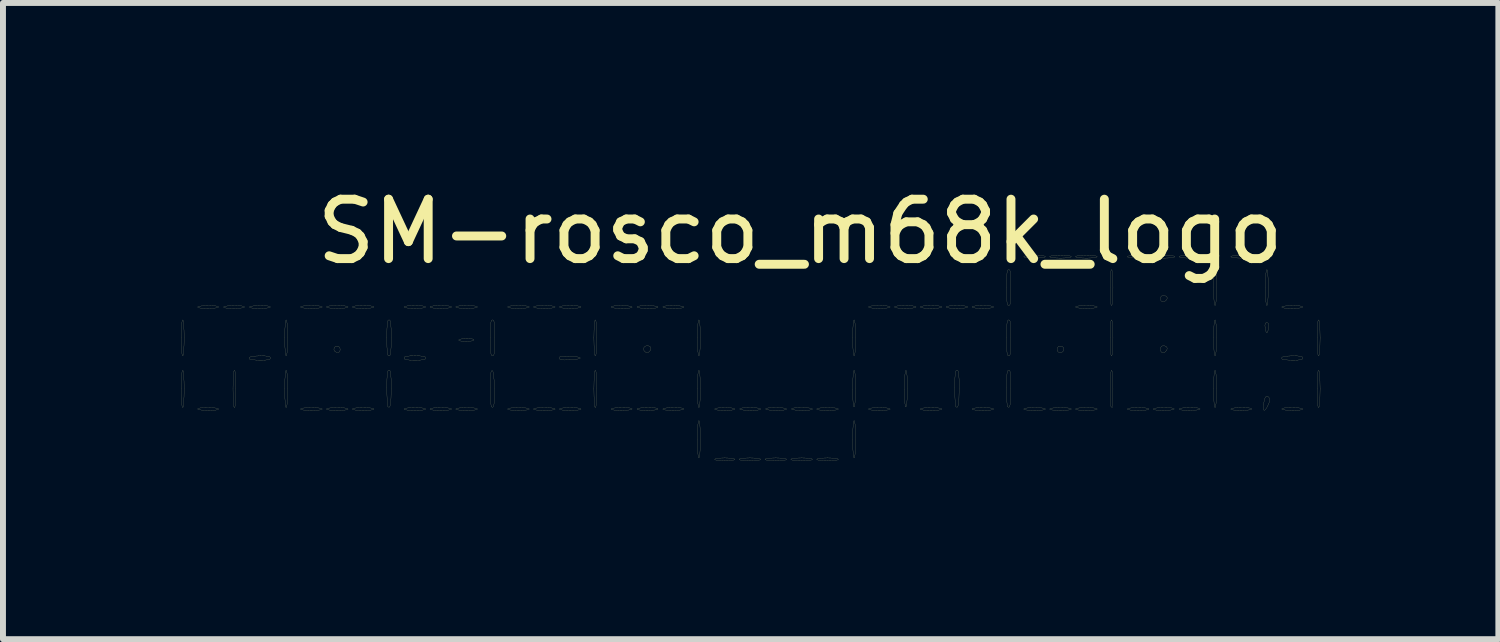
<source format=kicad_pcb>
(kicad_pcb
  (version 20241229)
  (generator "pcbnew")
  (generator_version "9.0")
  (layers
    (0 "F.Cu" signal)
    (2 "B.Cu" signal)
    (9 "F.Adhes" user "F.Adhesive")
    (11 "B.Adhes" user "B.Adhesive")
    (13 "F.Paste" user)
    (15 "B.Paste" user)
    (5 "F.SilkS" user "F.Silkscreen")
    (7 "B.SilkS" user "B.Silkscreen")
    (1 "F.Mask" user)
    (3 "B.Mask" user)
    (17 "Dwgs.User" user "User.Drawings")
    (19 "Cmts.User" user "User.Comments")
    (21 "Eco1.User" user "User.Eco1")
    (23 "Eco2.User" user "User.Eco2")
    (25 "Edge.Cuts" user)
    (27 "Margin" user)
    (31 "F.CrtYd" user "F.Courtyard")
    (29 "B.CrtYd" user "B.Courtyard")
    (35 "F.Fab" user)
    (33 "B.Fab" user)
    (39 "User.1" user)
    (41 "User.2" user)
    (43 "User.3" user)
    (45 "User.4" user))
  (footprint "SM-rosco_m68k_logo"
    (layer "F.Cu")
    (at 10.419 3.388)
    (property "Reference" "SM-rosco_m68k_logo" (at 0 -2.54 0) (layer "F.SilkS") (effects (font (size 1 1) (thickness 0.15))))
    (attr through_hole)
    (fp_line (start -10.418 -0.751) (end -10.418 -0.751) (stroke (width 0.002) (type solid)) (layer "F.SilkS"))
    (fp_line (start -10.418 0.108) (end -10.418 0.108) (stroke (width 0.002) (type solid)) (layer "F.SilkS"))
    (fp_line (start -10.14 -1.271) (end -10.14 -1.271) (stroke (width 0.002) (type solid)) (layer "F.SilkS"))
    (fp_line (start -10.14 0.447) (end -10.14 0.447) (stroke (width 0.002) (type solid)) (layer "F.SilkS"))
    (fp_line (start -9.704 -1.271) (end -9.704 -1.271) (stroke (width 0.002) (type solid)) (layer "F.SilkS"))
    (fp_line (start -9.547 0.108) (end -9.547 0.108) (stroke (width 0.002) (type solid)) (layer "F.SilkS"))
    (fp_line (start -9.269 -1.271) (end -9.269 -1.271) (stroke (width 0.002) (type solid)) (layer "F.SilkS"))
    (fp_line (start -9.264 -0.391) (end -9.264 -0.391) (stroke (width 0.002) (type solid)) (layer "F.SilkS"))
    (fp_line (start -8.676 -0.751) (end -8.676 -0.751) (stroke (width 0.002) (type solid)) (layer "F.SilkS"))
    (fp_line (start -8.676 0.108) (end -8.676 0.108) (stroke (width 0.002) (type solid)) (layer "F.SilkS"))
    (fp_line (start -8.41 -1.271) (end -8.41 -1.271) (stroke (width 0.002) (type solid)) (layer "F.SilkS"))
    (fp_line (start -8.41 0.447) (end -8.41 0.447) (stroke (width 0.002) (type solid)) (layer "F.SilkS"))
    (fp_line (start -7.974 -1.271) (end -7.974 -1.271) (stroke (width 0.002) (type solid)) (layer "F.SilkS"))
    (fp_line (start -7.974 0.447) (end -7.974 0.447) (stroke (width 0.002) (type solid)) (layer "F.SilkS"))
    (fp_line (start -7.826 -0.519) (end -7.826 -0.519) (stroke (width 0.002) (type solid)) (layer "F.SilkS"))
    (fp_line (start -7.538 -1.271) (end -7.538 -1.271) (stroke (width 0.002) (type solid)) (layer "F.SilkS"))
    (fp_line (start -7.538 0.447) (end -7.538 0.447) (stroke (width 0.002) (type solid)) (layer "F.SilkS"))
    (fp_line (start -6.957 -0.751) (end -6.957 -0.751) (stroke (width 0.002) (type solid)) (layer "F.SilkS"))
    (fp_line (start -6.942 0.406) (end -6.942 0.406) (stroke (width 0.002) (type solid)) (layer "F.SilkS"))
    (fp_line (start -6.667 -1.271) (end -6.667 -1.271) (stroke (width 0.002) (type solid)) (layer "F.SilkS"))
    (fp_line (start -6.667 -0.412) (end -6.667 -0.412) (stroke (width 0.002) (type solid)) (layer "F.SilkS"))
    (fp_line (start -6.667 0.447) (end -6.667 0.447) (stroke (width 0.002) (type solid)) (layer "F.SilkS"))
    (fp_line (start -6.231 -1.271) (end -6.231 -1.271) (stroke (width 0.002) (type solid)) (layer "F.SilkS"))
    (fp_line (start -6.231 0.447) (end -6.231 0.447) (stroke (width 0.002) (type solid)) (layer "F.SilkS"))
    (fp_line (start -5.796 -1.271) (end -5.796 -1.271) (stroke (width 0.002) (type solid)) (layer "F.SilkS"))
    (fp_line (start -5.796 0.447) (end -5.796 0.447) (stroke (width 0.002) (type solid)) (layer "F.SilkS"))
    (fp_line (start -5.747 -0.715) (end -5.747 -0.715) (stroke (width 0.002) (type solid)) (layer "F.SilkS"))
    (fp_line (start -5.215 -0.751) (end -5.215 -0.751) (stroke (width 0.002) (type solid)) (layer "F.SilkS"))
    (fp_line (start -5.198 0.407) (end -5.198 0.407) (stroke (width 0.002) (type solid)) (layer "F.SilkS"))
    (fp_line (start -4.924 -1.271) (end -4.924 -1.271) (stroke (width 0.002) (type solid)) (layer "F.SilkS"))
    (fp_line (start -4.924 0.447) (end -4.924 0.447) (stroke (width 0.002) (type solid)) (layer "F.SilkS"))
    (fp_line (start -4.489 -1.271) (end -4.489 -1.271) (stroke (width 0.002) (type solid)) (layer "F.SilkS"))
    (fp_line (start -4.489 0.447) (end -4.489 0.447) (stroke (width 0.002) (type solid)) (layer "F.SilkS"))
    (fp_line (start -4.053 -1.271) (end -4.053 -1.271) (stroke (width 0.002) (type solid)) (layer "F.SilkS"))
    (fp_line (start -4.053 -0.412) (end -4.053 -0.412) (stroke (width 0.002) (type solid)) (layer "F.SilkS"))
    (fp_line (start -4.053 0.447) (end -4.053 0.447) (stroke (width 0.002) (type solid)) (layer "F.SilkS"))
    (fp_line (start -3.472 -0.751) (end -3.472 -0.751) (stroke (width 0.002) (type solid)) (layer "F.SilkS"))
    (fp_line (start -3.472 0.108) (end -3.472 0.108) (stroke (width 0.002) (type solid)) (layer "F.SilkS"))
    (fp_line (start -3.182 -1.271) (end -3.182 -1.271) (stroke (width 0.002) (type solid)) (layer "F.SilkS"))
    (fp_line (start -3.182 0.447) (end -3.182 0.447) (stroke (width 0.002) (type solid)) (layer "F.SilkS"))
    (fp_line (start -2.746 -1.271) (end -2.746 -1.271) (stroke (width 0.002) (type solid)) (layer "F.SilkS"))
    (fp_line (start -2.746 0.447) (end -2.746 0.447) (stroke (width 0.002) (type solid)) (layer "F.SilkS"))
    (fp_line (start -2.619 -0.524) (end -2.619 -0.524) (stroke (width 0.002) (type solid)) (layer "F.SilkS"))
    (fp_line (start -2.311 -1.271) (end -2.311 -1.271) (stroke (width 0.002) (type solid)) (layer "F.SilkS"))
    (fp_line (start -2.311 0.447) (end -2.311 0.447) (stroke (width 0.002) (type solid)) (layer "F.SilkS"))
    (fp_line (start -1.73 -0.751) (end -1.73 -0.751) (stroke (width 0.002) (type solid)) (layer "F.SilkS"))
    (fp_line (start -1.73 0.108) (end -1.73 0.108) (stroke (width 0.002) (type solid)) (layer "F.SilkS"))
    (fp_line (start -1.73 0.955) (end -1.73 0.955) (stroke (width 0.002) (type solid)) (layer "F.SilkS"))
    (fp_line (start -1.439 0.447) (end -1.439 0.447) (stroke (width 0.002) (type solid)) (layer "F.SilkS"))
    (fp_line (start -1.439 1.294) (end -1.439 1.294) (stroke (width 0.002) (type solid)) (layer "F.SilkS"))
    (fp_line (start -1.028 1.294) (end -1.028 1.294) (stroke (width 0.002) (type solid)) (layer "F.SilkS"))
    (fp_line (start -1.016 0.447) (end -1.016 0.447) (stroke (width 0.002) (type solid)) (layer "F.SilkS"))
    (fp_line (start -0.592 1.294) (end -0.592 1.294) (stroke (width 0.002) (type solid)) (layer "F.SilkS"))
    (fp_line (start -0.58 0.447) (end -0.58 0.447) (stroke (width 0.002) (type solid)) (layer "F.SilkS"))
    (fp_line (start -0.157 1.294) (end -0.157 1.294) (stroke (width 0.002) (type solid)) (layer "F.SilkS"))
    (fp_line (start -0.145 0.447) (end -0.145 0.447) (stroke (width 0.002) (type solid)) (layer "F.SilkS"))
    (fp_line (start 0.279 0.447) (end 0.279 0.447) (stroke (width 0.002) (type solid)) (layer "F.SilkS"))
    (fp_line (start 0.279 1.294) (end 0.279 1.294) (stroke (width 0.002) (type solid)) (layer "F.SilkS"))
    (fp_line (start 0.884 -0.751) (end 0.884 -0.751) (stroke (width 0.002) (type solid)) (layer "F.SilkS"))
    (fp_line (start 0.884 0.11) (end 0.884 0.11) (stroke (width 0.002) (type solid)) (layer "F.SilkS"))
    (fp_line (start 0.884 0.955) (end 0.884 0.955) (stroke (width 0.002) (type solid)) (layer "F.SilkS"))
    (fp_line (start 1.15 -1.271) (end 1.15 -1.271) (stroke (width 0.002) (type solid)) (layer "F.SilkS"))
    (fp_line (start 1.15 0.447) (end 1.15 0.447) (stroke (width 0.002) (type solid)) (layer "F.SilkS"))
    (fp_line (start 1.586 -1.271) (end 1.586 -1.271) (stroke (width 0.002) (type solid)) (layer "F.SilkS"))
    (fp_line (start 1.755 0.11) (end 1.755 0.11) (stroke (width 0.002) (type solid)) (layer "F.SilkS"))
    (fp_line (start 2.021 -1.271) (end 2.021 -1.271) (stroke (width 0.002) (type solid)) (layer "F.SilkS"))
    (fp_line (start 2.021 0.447) (end 2.021 0.447) (stroke (width 0.002) (type solid)) (layer "F.SilkS"))
    (fp_line (start 2.457 -1.271) (end 2.457 -1.271) (stroke (width 0.002) (type solid)) (layer "F.SilkS"))
    (fp_line (start 2.618 0.406) (end 2.618 0.406) (stroke (width 0.002) (type solid)) (layer "F.SilkS"))
    (fp_line (start 2.893 -1.271) (end 2.893 -1.271) (stroke (width 0.002) (type solid)) (layer "F.SilkS"))
    (fp_line (start 2.893 0.447) (end 2.893 0.447) (stroke (width 0.002) (type solid)) (layer "F.SilkS"))
    (fp_line (start 3.474 -1.598) (end 3.474 -1.598) (stroke (width 0.002) (type solid)) (layer "F.SilkS"))
    (fp_line (start 3.474 -0.751) (end 3.474 -0.751) (stroke (width 0.002) (type solid)) (layer "F.SilkS"))
    (fp_line (start 3.489 0.406) (end 3.489 0.406) (stroke (width 0.002) (type solid)) (layer "F.SilkS"))
    (fp_line (start 3.764 -2.118) (end 3.764 -2.118) (stroke (width 0.002) (type solid)) (layer "F.SilkS"))
    (fp_line (start 3.764 0.447) (end 3.764 0.447) (stroke (width 0.002) (type solid)) (layer "F.SilkS"))
    (fp_line (start 4.2 -2.118) (end 4.2 -2.118) (stroke (width 0.002) (type solid)) (layer "F.SilkS"))
    (fp_line (start 4.2 0.447) (end 4.2 0.447) (stroke (width 0.002) (type solid)) (layer "F.SilkS"))
    (fp_line (start 4.329 -0.533) (end 4.329 -0.533) (stroke (width 0.002) (type solid)) (layer "F.SilkS"))
    (fp_line (start 4.635 -2.118) (end 4.635 -2.118) (stroke (width 0.002) (type solid)) (layer "F.SilkS"))
    (fp_line (start 4.635 -1.271) (end 4.635 -1.271) (stroke (width 0.002) (type solid)) (layer "F.SilkS"))
    (fp_line (start 4.635 0.447) (end 4.635 0.447) (stroke (width 0.002) (type solid)) (layer "F.SilkS"))
    (fp_line (start 5.216 -1.598) (end 5.216 -1.598) (stroke (width 0.002) (type solid)) (layer "F.SilkS"))
    (fp_line (start 5.216 -0.751) (end 5.216 -0.751) (stroke (width 0.002) (type solid)) (layer "F.SilkS"))
    (fp_line (start 5.232 0.407) (end 5.232 0.407) (stroke (width 0.002) (type solid)) (layer "F.SilkS"))
    (fp_line (start 5.506 -2.118) (end 5.506 -2.118) (stroke (width 0.002) (type solid)) (layer "F.SilkS"))
    (fp_line (start 5.506 0.447) (end 5.506 0.447) (stroke (width 0.002) (type solid)) (layer "F.SilkS"))
    (fp_line (start 5.942 -2.118) (end 5.942 -2.118) (stroke (width 0.002) (type solid)) (layer "F.SilkS"))
    (fp_line (start 5.942 0.447) (end 5.942 0.447) (stroke (width 0.002) (type solid)) (layer "F.SilkS"))
    (fp_line (start 6.079 -0.513) (end 6.079 -0.513) (stroke (width 0.002) (type solid)) (layer "F.SilkS"))
    (fp_line (start 6.093 -1.361) (end 6.093 -1.361) (stroke (width 0.002) (type solid)) (layer "F.SilkS"))
    (fp_line (start 6.378 -2.118) (end 6.378 -2.118) (stroke (width 0.002) (type solid)) (layer "F.SilkS"))
    (fp_line (start 6.378 0.447) (end 6.378 0.447) (stroke (width 0.002) (type solid)) (layer "F.SilkS"))
    (fp_line (start 6.959 -1.598) (end 6.959 -1.598) (stroke (width 0.002) (type solid)) (layer "F.SilkS"))
    (fp_line (start 6.959 -0.751) (end 6.959 -0.751) (stroke (width 0.002) (type solid)) (layer "F.SilkS"))
    (fp_line (start 6.959 0.108) (end 6.959 0.108) (stroke (width 0.002) (type solid)) (layer "F.SilkS"))
    (fp_line (start 7.249 -2.118) (end 7.249 -2.118) (stroke (width 0.002) (type solid)) (layer "F.SilkS"))
    (fp_line (start 7.249 0.447) (end 7.249 0.447) (stroke (width 0.002) (type solid)) (layer "F.SilkS"))
    (fp_line (start 7.799 0.368) (end 7.799 0.368) (stroke (width 0.002) (type solid)) (layer "F.SilkS"))
    (fp_line (start 7.825 -0.92) (end 7.825 -0.92) (stroke (width 0.002) (type solid)) (layer "F.SilkS"))
    (fp_line (start 7.83 -1.598) (end 7.83 -1.598) (stroke (width 0.002) (type solid)) (layer "F.SilkS"))
    (fp_line (start 8.108 -1.271) (end 8.108 -1.271) (stroke (width 0.002) (type solid)) (layer "F.SilkS"))
    (fp_line (start 8.108 0.447) (end 8.108 0.447) (stroke (width 0.002) (type solid)) (layer "F.SilkS"))
    (fp_line (start 8.113 -0.391) (end 8.113 -0.391) (stroke (width 0.002) (type solid)) (layer "F.SilkS"))
    (fp_line (start 8.701 -0.751) (end 8.701 -0.751) (stroke (width 0.002) (type solid)) (layer "F.SilkS"))
    (fp_line (start 8.701 0.108) (end 8.701 0.108) (stroke (width 0.002) (type solid)) (layer "F.SilkS"))
    (fp_curve (pts (xy -10.418 -0.751) (xy -10.418 -0.936) (xy -10.409 -1.053) (xy -10.394 -1.053)) (stroke (width 0.002) (type solid)) (layer "F.SilkS"))
    (fp_curve (pts (xy -10.418 0.108) (xy -10.418 -0.085) (xy -10.409 -0.206) (xy -10.394 -0.206)) (stroke (width 0.002) (type solid)) (layer "F.SilkS"))
    (fp_curve (pts (xy -10.394 -1.053) (xy -10.379 -1.053) (xy -10.37 -0.936) (xy -10.37 -0.751)) (stroke (width 0.002) (type solid)) (layer "F.SilkS"))
    (fp_curve (pts (xy -10.394 -0.448) (xy -10.409 -0.448) (xy -10.418 -0.565) (xy -10.418 -0.751)) (stroke (width 0.002) (type solid)) (layer "F.SilkS"))
    (fp_curve (pts (xy -10.394 -0.206) (xy -10.379 -0.206) (xy -10.37 -0.085) (xy -10.37 0.108)) (stroke (width 0.002) (type solid)) (layer "F.SilkS"))
    (fp_curve (pts (xy -10.394 0.423) (xy -10.409 0.423) (xy -10.418 0.302) (xy -10.418 0.108)) (stroke (width 0.002) (type solid)) (layer "F.SilkS"))
    (fp_curve (pts (xy -10.37 -0.751) (xy -10.37 -0.565) (xy -10.379 -0.448) (xy -10.394 -0.448)) (stroke (width 0.002) (type solid)) (layer "F.SilkS"))
    (fp_curve (pts (xy -10.37 0.108) (xy -10.37 0.302) (xy -10.379 0.423) (xy -10.394 0.423)) (stroke (width 0.002) (type solid)) (layer "F.SilkS"))
    (fp_curve (pts (xy -10.14 -1.271) (xy -10.132 -1.284) (xy -10.049 -1.295) (xy -9.957 -1.295)) (stroke (width 0.002) (type solid)) (layer "F.SilkS"))
    (fp_curve (pts (xy -10.14 0.447) (xy -10.149 0.432) (xy -10.088 0.423) (xy -9.972 0.423)) (stroke (width 0.002) (type solid)) (layer "F.SilkS"))
    (fp_curve (pts (xy -9.972 -1.247) (xy -10.088 -1.247) (xy -10.149 -1.256) (xy -10.14 -1.271)) (stroke (width 0.002) (type solid)) (layer "F.SilkS"))
    (fp_curve (pts (xy -9.972 0.423) (xy -9.866 0.423) (xy -9.789 0.433) (xy -9.789 0.447)) (stroke (width 0.002) (type solid)) (layer "F.SilkS"))
    (fp_curve (pts (xy -9.957 -1.295) (xy -9.861 -1.295) (xy -9.789 -1.285) (xy -9.789 -1.271)) (stroke (width 0.002) (type solid)) (layer "F.SilkS"))
    (fp_curve (pts (xy -9.957 0.471) (xy -10.049 0.471) (xy -10.132 0.46) (xy -10.14 0.447)) (stroke (width 0.002) (type solid)) (layer "F.SilkS"))
    (fp_curve (pts (xy -9.789 -1.271) (xy -9.789 -1.257) (xy -9.866 -1.247) (xy -9.972 -1.247)) (stroke (width 0.002) (type solid)) (layer "F.SilkS"))
    (fp_curve (pts (xy -9.789 0.447) (xy -9.789 0.461) (xy -9.861 0.471) (xy -9.957 0.471)) (stroke (width 0.002) (type solid)) (layer "F.SilkS"))
    (fp_curve (pts (xy -9.704 -1.271) (xy -9.696 -1.284) (xy -9.614 -1.295) (xy -9.521 -1.295)) (stroke (width 0.002) (type solid)) (layer "F.SilkS"))
    (fp_curve (pts (xy -9.547 0.108) (xy -9.547 -0.085) (xy -9.538 -0.206) (xy -9.523 -0.206)) (stroke (width 0.002) (type solid)) (layer "F.SilkS"))
    (fp_curve (pts (xy -9.536 -1.247) (xy -9.652 -1.247) (xy -9.714 -1.256) (xy -9.704 -1.271)) (stroke (width 0.002) (type solid)) (layer "F.SilkS"))
    (fp_curve (pts (xy -9.523 -0.206) (xy -9.508 -0.206) (xy -9.499 -0.085) (xy -9.499 0.108)) (stroke (width 0.002) (type solid)) (layer "F.SilkS"))
    (fp_curve (pts (xy -9.523 0.423) (xy -9.538 0.423) (xy -9.547 0.302) (xy -9.547 0.108)) (stroke (width 0.002) (type solid)) (layer "F.SilkS"))
    (fp_curve (pts (xy -9.521 -1.295) (xy -9.426 -1.295) (xy -9.353 -1.285) (xy -9.353 -1.271)) (stroke (width 0.002) (type solid)) (layer "F.SilkS"))
    (fp_curve (pts (xy -9.499 0.108) (xy -9.499 0.302) (xy -9.508 0.423) (xy -9.523 0.423)) (stroke (width 0.002) (type solid)) (layer "F.SilkS"))
    (fp_curve (pts (xy -9.353 -1.271) (xy -9.353 -1.257) (xy -9.43 -1.247) (xy -9.536 -1.247)) (stroke (width 0.002) (type solid)) (layer "F.SilkS"))
    (fp_curve (pts (xy -9.269 -1.271) (xy -9.26 -1.284) (xy -9.178 -1.295) (xy -9.086 -1.295)) (stroke (width 0.002) (type solid)) (layer "F.SilkS"))
    (fp_curve (pts (xy -9.264 -0.391) (xy -9.302 -0.429) (xy -9.241 -0.448) (xy -9.086 -0.448)) (stroke (width 0.002) (type solid)) (layer "F.SilkS"))
    (fp_curve (pts (xy -9.101 -1.247) (xy -9.216 -1.247) (xy -9.278 -1.256) (xy -9.269 -1.271)) (stroke (width 0.002) (type solid)) (layer "F.SilkS"))
    (fp_curve (pts (xy -9.086 -1.295) (xy -8.99 -1.295) (xy -8.918 -1.285) (xy -8.918 -1.271)) (stroke (width 0.002) (type solid)) (layer "F.SilkS"))
    (fp_curve (pts (xy -9.086 -0.448) (xy -8.953 -0.448) (xy -8.918 -0.441) (xy -8.918 -0.412)) (stroke (width 0.002) (type solid)) (layer "F.SilkS"))
    (fp_curve (pts (xy -9.083 -0.376) (xy -9.174 -0.376) (xy -9.255 -0.383) (xy -9.264 -0.391)) (stroke (width 0.002) (type solid)) (layer "F.SilkS"))
    (fp_curve (pts (xy -8.918 -1.271) (xy -8.918 -1.257) (xy -8.995 -1.247) (xy -9.101 -1.247)) (stroke (width 0.002) (type solid)) (layer "F.SilkS"))
    (fp_curve (pts (xy -8.918 -0.412) (xy -8.918 -0.383) (xy -8.952 -0.376) (xy -9.083 -0.376)) (stroke (width 0.002) (type solid)) (layer "F.SilkS"))
    (fp_curve (pts (xy -8.676 -0.751) (xy -8.676 -0.936) (xy -8.666 -1.053) (xy -8.652 -1.053)) (stroke (width 0.002) (type solid)) (layer "F.SilkS"))
    (fp_curve (pts (xy -8.676 0.108) (xy -8.676 -0.085) (xy -8.666 -0.206) (xy -8.652 -0.206)) (stroke (width 0.002) (type solid)) (layer "F.SilkS"))
    (fp_curve (pts (xy -8.652 -1.053) (xy -8.637 -1.053) (xy -8.627 -0.936) (xy -8.627 -0.751)) (stroke (width 0.002) (type solid)) (layer "F.SilkS"))
    (fp_curve (pts (xy -8.652 -0.448) (xy -8.666 -0.448) (xy -8.676 -0.565) (xy -8.676 -0.751)) (stroke (width 0.002) (type solid)) (layer "F.SilkS"))
    (fp_curve (pts (xy -8.652 -0.206) (xy -8.637 -0.206) (xy -8.627 -0.085) (xy -8.627 0.108)) (stroke (width 0.002) (type solid)) (layer "F.SilkS"))
    (fp_curve (pts (xy -8.652 0.423) (xy -8.666 0.423) (xy -8.676 0.302) (xy -8.676 0.108)) (stroke (width 0.002) (type solid)) (layer "F.SilkS"))
    (fp_curve (pts (xy -8.627 -0.751) (xy -8.627 -0.565) (xy -8.637 -0.448) (xy -8.652 -0.448)) (stroke (width 0.002) (type solid)) (layer "F.SilkS"))
    (fp_curve (pts (xy -8.627 0.108) (xy -8.627 0.302) (xy -8.637 0.423) (xy -8.652 0.423)) (stroke (width 0.002) (type solid)) (layer "F.SilkS"))
    (fp_curve (pts (xy -8.41 -1.271) (xy -8.41 -1.285) (xy -8.333 -1.295) (xy -8.228 -1.295)) (stroke (width 0.002) (type solid)) (layer "F.SilkS"))
    (fp_curve (pts (xy -8.41 0.447) (xy -8.41 0.433) (xy -8.333 0.423) (xy -8.228 0.423)) (stroke (width 0.002) (type solid)) (layer "F.SilkS"))
    (fp_curve (pts (xy -8.228 -1.295) (xy -8.123 -1.295) (xy -8.046 -1.285) (xy -8.046 -1.271)) (stroke (width 0.002) (type solid)) (layer "F.SilkS"))
    (fp_curve (pts (xy -8.228 -1.247) (xy -8.333 -1.247) (xy -8.41 -1.257) (xy -8.41 -1.271)) (stroke (width 0.002) (type solid)) (layer "F.SilkS"))
    (fp_curve (pts (xy -8.228 0.423) (xy -8.123 0.423) (xy -8.046 0.433) (xy -8.046 0.447)) (stroke (width 0.002) (type solid)) (layer "F.SilkS"))
    (fp_curve (pts (xy -8.228 0.471) (xy -8.333 0.471) (xy -8.41 0.461) (xy -8.41 0.447)) (stroke (width 0.002) (type solid)) (layer "F.SilkS"))
    (fp_curve (pts (xy -8.046 -1.271) (xy -8.046 -1.257) (xy -8.123 -1.247) (xy -8.228 -1.247)) (stroke (width 0.002) (type solid)) (layer "F.SilkS"))
    (fp_curve (pts (xy -8.046 0.447) (xy -8.046 0.461) (xy -8.123 0.471) (xy -8.228 0.471)) (stroke (width 0.002) (type solid)) (layer "F.SilkS"))
    (fp_curve (pts (xy -7.974 -1.271) (xy -7.974 -1.285) (xy -7.897 -1.295) (xy -7.792 -1.295)) (stroke (width 0.002) (type solid)) (layer "F.SilkS"))
    (fp_curve (pts (xy -7.974 0.447) (xy -7.974 0.433) (xy -7.897 0.423) (xy -7.792 0.423)) (stroke (width 0.002) (type solid)) (layer "F.SilkS"))
    (fp_curve (pts (xy -7.826 -0.519) (xy -7.872 -0.548) (xy -7.84 -0.623) (xy -7.786 -0.613)) (stroke (width 0.002) (type solid)) (layer "F.SilkS"))
    (fp_curve (pts (xy -7.792 -1.295) (xy -7.687 -1.295) (xy -7.611 -1.285) (xy -7.611 -1.271)) (stroke (width 0.002) (type solid)) (layer "F.SilkS"))
    (fp_curve (pts (xy -7.792 -1.247) (xy -7.897 -1.247) (xy -7.974 -1.257) (xy -7.974 -1.271)) (stroke (width 0.002) (type solid)) (layer "F.SilkS"))
    (fp_curve (pts (xy -7.792 0.423) (xy -7.687 0.423) (xy -7.611 0.433) (xy -7.611 0.447)) (stroke (width 0.002) (type solid)) (layer "F.SilkS"))
    (fp_curve (pts (xy -7.792 0.471) (xy -7.897 0.471) (xy -7.974 0.461) (xy -7.974 0.447)) (stroke (width 0.002) (type solid)) (layer "F.SilkS"))
    (fp_curve (pts (xy -7.786 -0.613) (xy -7.763 -0.609) (xy -7.744 -0.584) (xy -7.744 -0.559)) (stroke (width 0.002) (type solid)) (layer "F.SilkS"))
    (fp_curve (pts (xy -7.744 -0.559) (xy -7.744 -0.505) (xy -7.778 -0.489) (xy -7.826 -0.519)) (stroke (width 0.002) (type solid)) (layer "F.SilkS"))
    (fp_curve (pts (xy -7.611 -1.271) (xy -7.611 -1.257) (xy -7.687 -1.247) (xy -7.792 -1.247)) (stroke (width 0.002) (type solid)) (layer "F.SilkS"))
    (fp_curve (pts (xy -7.611 0.447) (xy -7.611 0.461) (xy -7.687 0.471) (xy -7.792 0.471)) (stroke (width 0.002) (type solid)) (layer "F.SilkS"))
    (fp_curve (pts (xy -7.538 -1.271) (xy -7.538 -1.285) (xy -7.462 -1.295) (xy -7.357 -1.295)) (stroke (width 0.002) (type solid)) (layer "F.SilkS"))
    (fp_curve (pts (xy -7.538 0.447) (xy -7.538 0.433) (xy -7.462 0.423) (xy -7.357 0.423)) (stroke (width 0.002) (type solid)) (layer "F.SilkS"))
    (fp_curve (pts (xy -7.357 -1.295) (xy -7.252 -1.295) (xy -7.175 -1.285) (xy -7.175 -1.271)) (stroke (width 0.002) (type solid)) (layer "F.SilkS"))
    (fp_curve (pts (xy -7.357 -1.247) (xy -7.462 -1.247) (xy -7.538 -1.257) (xy -7.538 -1.271)) (stroke (width 0.002) (type solid)) (layer "F.SilkS"))
    (fp_curve (pts (xy -7.357 0.423) (xy -7.252 0.423) (xy -7.175 0.433) (xy -7.175 0.447)) (stroke (width 0.002) (type solid)) (layer "F.SilkS"))
    (fp_curve (pts (xy -7.357 0.471) (xy -7.462 0.471) (xy -7.538 0.461) (xy -7.538 0.447)) (stroke (width 0.002) (type solid)) (layer "F.SilkS"))
    (fp_curve (pts (xy -7.175 -1.271) (xy -7.175 -1.257) (xy -7.252 -1.247) (xy -7.357 -1.247)) (stroke (width 0.002) (type solid)) (layer "F.SilkS"))
    (fp_curve (pts (xy -7.175 0.447) (xy -7.175 0.461) (xy -7.252 0.471) (xy -7.357 0.471)) (stroke (width 0.002) (type solid)) (layer "F.SilkS"))
    (fp_curve (pts (xy -6.957 0.092) (xy -6.957 -0.157) (xy -6.951 -0.206) (xy -6.921 -0.206)) (stroke (width 0.002) (type solid)) (layer "F.SilkS"))
    (fp_curve (pts (xy -6.957 -0.751) (xy -6.957 -1.004) (xy -6.951 -1.053) (xy -6.921 -1.053)) (stroke (width 0.002) (type solid)) (layer "F.SilkS"))
    (fp_curve (pts (xy -6.942 0.406) (xy -6.95 0.398) (xy -6.957 0.256) (xy -6.957 0.092)) (stroke (width 0.002) (type solid)) (layer "F.SilkS"))
    (fp_curve (pts (xy -6.921 -0.206) (xy -6.891 -0.206) (xy -6.885 -0.157) (xy -6.885 0.095)) (stroke (width 0.002) (type solid)) (layer "F.SilkS"))
    (fp_curve (pts (xy -6.921 -1.053) (xy -6.891 -1.053) (xy -6.885 -1.004) (xy -6.885 -0.751)) (stroke (width 0.002) (type solid)) (layer "F.SilkS"))
    (fp_curve (pts (xy -6.921 -0.448) (xy -6.951 -0.448) (xy -6.957 -0.498) (xy -6.957 -0.751)) (stroke (width 0.002) (type solid)) (layer "F.SilkS"))
    (fp_curve (pts (xy -6.885 0.095) (xy -6.885 0.369) (xy -6.899 0.449) (xy -6.942 0.406)) (stroke (width 0.002) (type solid)) (layer "F.SilkS"))
    (fp_curve (pts (xy -6.885 -0.751) (xy -6.885 -0.498) (xy -6.891 -0.448) (xy -6.921 -0.448)) (stroke (width 0.002) (type solid)) (layer "F.SilkS"))
    (fp_curve (pts (xy -6.667 -1.271) (xy -6.667 -1.285) (xy -6.59 -1.295) (xy -6.485 -1.295)) (stroke (width 0.002) (type solid)) (layer "F.SilkS"))
    (fp_curve (pts (xy -6.667 -0.412) (xy -6.667 -0.441) (xy -6.631 -0.448) (xy -6.485 -0.448)) (stroke (width 0.002) (type solid)) (layer "F.SilkS"))
    (fp_curve (pts (xy -6.667 0.447) (xy -6.667 0.433) (xy -6.59 0.423) (xy -6.485 0.423)) (stroke (width 0.002) (type solid)) (layer "F.SilkS"))
    (fp_curve (pts (xy -6.485 -1.295) (xy -6.381 -1.295) (xy -6.304 -1.285) (xy -6.304 -1.271)) (stroke (width 0.002) (type solid)) (layer "F.SilkS"))
    (fp_curve (pts (xy -6.485 -1.247) (xy -6.59 -1.247) (xy -6.667 -1.257) (xy -6.667 -1.271)) (stroke (width 0.002) (type solid)) (layer "F.SilkS"))
    (fp_curve (pts (xy -6.485 -0.448) (xy -6.34 -0.448) (xy -6.304 -0.441) (xy -6.304 -0.412)) (stroke (width 0.002) (type solid)) (layer "F.SilkS"))
    (fp_curve (pts (xy -6.485 -0.376) (xy -6.631 -0.376) (xy -6.667 -0.383) (xy -6.667 -0.412)) (stroke (width 0.002) (type solid)) (layer "F.SilkS"))
    (fp_curve (pts (xy -6.485 0.423) (xy -6.381 0.423) (xy -6.304 0.433) (xy -6.304 0.447)) (stroke (width 0.002) (type solid)) (layer "F.SilkS"))
    (fp_curve (pts (xy -6.485 0.471) (xy -6.59 0.471) (xy -6.667 0.461) (xy -6.667 0.447)) (stroke (width 0.002) (type solid)) (layer "F.SilkS"))
    (fp_curve (pts (xy -6.304 -1.271) (xy -6.304 -1.257) (xy -6.381 -1.247) (xy -6.485 -1.247)) (stroke (width 0.002) (type solid)) (layer "F.SilkS"))
    (fp_curve (pts (xy -6.304 -0.412) (xy -6.304 -0.383) (xy -6.34 -0.376) (xy -6.485 -0.376)) (stroke (width 0.002) (type solid)) (layer "F.SilkS"))
    (fp_curve (pts (xy -6.304 0.447) (xy -6.304 0.461) (xy -6.381 0.471) (xy -6.485 0.471)) (stroke (width 0.002) (type solid)) (layer "F.SilkS"))
    (fp_curve (pts (xy -6.231 -1.271) (xy -6.231 -1.285) (xy -6.155 -1.295) (xy -6.05 -1.295)) (stroke (width 0.002) (type solid)) (layer "F.SilkS"))
    (fp_curve (pts (xy -6.231 0.447) (xy -6.231 0.433) (xy -6.155 0.423) (xy -6.05 0.423)) (stroke (width 0.002) (type solid)) (layer "F.SilkS"))
    (fp_curve (pts (xy -6.05 -1.295) (xy -5.945 -1.295) (xy -5.868 -1.285) (xy -5.868 -1.271)) (stroke (width 0.002) (type solid)) (layer "F.SilkS"))
    (fp_curve (pts (xy -6.05 -1.247) (xy -6.155 -1.247) (xy -6.231 -1.257) (xy -6.231 -1.271)) (stroke (width 0.002) (type solid)) (layer "F.SilkS"))
    (fp_curve (pts (xy -6.05 0.423) (xy -5.945 0.423) (xy -5.868 0.433) (xy -5.868 0.447)) (stroke (width 0.002) (type solid)) (layer "F.SilkS"))
    (fp_curve (pts (xy -6.05 0.471) (xy -6.155 0.471) (xy -6.231 0.461) (xy -6.231 0.447)) (stroke (width 0.002) (type solid)) (layer "F.SilkS"))
    (fp_curve (pts (xy -5.868 -1.271) (xy -5.868 -1.257) (xy -5.945 -1.247) (xy -6.05 -1.247)) (stroke (width 0.002) (type solid)) (layer "F.SilkS"))
    (fp_curve (pts (xy -5.868 0.447) (xy -5.868 0.461) (xy -5.945 0.471) (xy -6.05 0.471)) (stroke (width 0.002) (type solid)) (layer "F.SilkS"))
    (fp_curve (pts (xy -5.796 -1.271) (xy -5.796 -1.285) (xy -5.719 -1.295) (xy -5.614 -1.295)) (stroke (width 0.002) (type solid)) (layer "F.SilkS"))
    (fp_curve (pts (xy -5.796 0.447) (xy -5.796 0.433) (xy -5.719 0.423) (xy -5.614 0.423)) (stroke (width 0.002) (type solid)) (layer "F.SilkS"))
    (fp_curve (pts (xy -5.747 -0.715) (xy -5.747 -0.728) (xy -5.687 -0.739) (xy -5.613 -0.739)) (stroke (width 0.002) (type solid)) (layer "F.SilkS"))
    (fp_curve (pts (xy -5.628 -0.69) (xy -5.694 -0.69) (xy -5.747 -0.701) (xy -5.747 -0.715)) (stroke (width 0.002) (type solid)) (layer "F.SilkS"))
    (fp_curve (pts (xy -5.614 -1.295) (xy -5.509 -1.295) (xy -5.433 -1.285) (xy -5.433 -1.271)) (stroke (width 0.002) (type solid)) (layer "F.SilkS"))
    (fp_curve (pts (xy -5.614 -1.247) (xy -5.719 -1.247) (xy -5.796 -1.257) (xy -5.796 -1.271)) (stroke (width 0.002) (type solid)) (layer "F.SilkS"))
    (fp_curve (pts (xy -5.614 0.423) (xy -5.509 0.423) (xy -5.433 0.433) (xy -5.433 0.447)) (stroke (width 0.002) (type solid)) (layer "F.SilkS"))
    (fp_curve (pts (xy -5.614 0.471) (xy -5.719 0.471) (xy -5.796 0.461) (xy -5.796 0.447)) (stroke (width 0.002) (type solid)) (layer "F.SilkS"))
    (fp_curve (pts (xy -5.613 -0.739) (xy -5.529 -0.739) (xy -5.484 -0.73) (xy -5.493 -0.715)) (stroke (width 0.002) (type solid)) (layer "F.SilkS"))
    (fp_curve (pts (xy -5.493 -0.715) (xy -5.501 -0.701) (xy -5.562 -0.69) (xy -5.628 -0.69)) (stroke (width 0.002) (type solid)) (layer "F.SilkS"))
    (fp_curve (pts (xy -5.433 -1.271) (xy -5.433 -1.257) (xy -5.509 -1.247) (xy -5.614 -1.247)) (stroke (width 0.002) (type solid)) (layer "F.SilkS"))
    (fp_curve (pts (xy -5.433 0.447) (xy -5.433 0.461) (xy -5.509 0.471) (xy -5.614 0.471)) (stroke (width 0.002) (type solid)) (layer "F.SilkS"))
    (fp_curve (pts (xy -5.215 -0.751) (xy -5.215 -1.004) (xy -5.209 -1.053) (xy -5.179 -1.053)) (stroke (width 0.002) (type solid)) (layer "F.SilkS"))
    (fp_curve (pts (xy -5.215 0.09) (xy -5.215 -0.139) (xy -5.208 -0.208) (xy -5.185 -0.2)) (stroke (width 0.002) (type solid)) (layer "F.SilkS"))
    (fp_curve (pts (xy -5.198 0.407) (xy -5.207 0.398) (xy -5.215 0.256) (xy -5.215 0.09)) (stroke (width 0.002) (type solid)) (layer "F.SilkS"))
    (fp_curve (pts (xy -5.185 -0.2) (xy -5.163 -0.193) (xy -5.152 -0.106) (xy -5.148 0.096)) (stroke (width 0.002) (type solid)) (layer "F.SilkS"))
    (fp_curve (pts (xy -5.179 -1.053) (xy -5.148 -1.053) (xy -5.142 -1.004) (xy -5.142 -0.751)) (stroke (width 0.002) (type solid)) (layer "F.SilkS"))
    (fp_curve (pts (xy -5.179 -0.448) (xy -5.209 -0.448) (xy -5.215 -0.498) (xy -5.215 -0.751)) (stroke (width 0.002) (type solid)) (layer "F.SilkS"))
    (fp_curve (pts (xy -5.148 0.096) (xy -5.141 0.36) (xy -5.156 0.45) (xy -5.198 0.407)) (stroke (width 0.002) (type solid)) (layer "F.SilkS"))
    (fp_curve (pts (xy -5.142 -0.751) (xy -5.142 -0.498) (xy -5.148 -0.448) (xy -5.179 -0.448)) (stroke (width 0.002) (type solid)) (layer "F.SilkS"))
    (fp_curve (pts (xy -4.924 -1.271) (xy -4.924 -1.285) (xy -4.848 -1.295) (xy -4.743 -1.295)) (stroke (width 0.002) (type solid)) (layer "F.SilkS"))
    (fp_curve (pts (xy -4.924 0.447) (xy -4.924 0.433) (xy -4.848 0.423) (xy -4.743 0.423)) (stroke (width 0.002) (type solid)) (layer "F.SilkS"))
    (fp_curve (pts (xy -4.743 -1.295) (xy -4.638 -1.295) (xy -4.561 -1.285) (xy -4.561 -1.271)) (stroke (width 0.002) (type solid)) (layer "F.SilkS"))
    (fp_curve (pts (xy -4.743 -1.247) (xy -4.848 -1.247) (xy -4.924 -1.257) (xy -4.924 -1.271)) (stroke (width 0.002) (type solid)) (layer "F.SilkS"))
    (fp_curve (pts (xy -4.743 0.423) (xy -4.638 0.423) (xy -4.561 0.433) (xy -4.561 0.447)) (stroke (width 0.002) (type solid)) (layer "F.SilkS"))
    (fp_curve (pts (xy -4.743 0.471) (xy -4.848 0.471) (xy -4.924 0.461) (xy -4.924 0.447)) (stroke (width 0.002) (type solid)) (layer "F.SilkS"))
    (fp_curve (pts (xy -4.561 -1.271) (xy -4.561 -1.257) (xy -4.638 -1.247) (xy -4.743 -1.247)) (stroke (width 0.002) (type solid)) (layer "F.SilkS"))
    (fp_curve (pts (xy -4.561 0.447) (xy -4.561 0.461) (xy -4.638 0.471) (xy -4.743 0.471)) (stroke (width 0.002) (type solid)) (layer "F.SilkS"))
    (fp_curve (pts (xy -4.489 -1.271) (xy -4.489 -1.285) (xy -4.412 -1.295) (xy -4.307 -1.295)) (stroke (width 0.002) (type solid)) (layer "F.SilkS"))
    (fp_curve (pts (xy -4.489 0.447) (xy -4.489 0.433) (xy -4.412 0.423) (xy -4.307 0.423)) (stroke (width 0.002) (type solid)) (layer "F.SilkS"))
    (fp_curve (pts (xy -4.307 -1.295) (xy -4.202 -1.295) (xy -4.126 -1.285) (xy -4.126 -1.271)) (stroke (width 0.002) (type solid)) (layer "F.SilkS"))
    (fp_curve (pts (xy -4.307 -1.247) (xy -4.412 -1.247) (xy -4.489 -1.257) (xy -4.489 -1.271)) (stroke (width 0.002) (type solid)) (layer "F.SilkS"))
    (fp_curve (pts (xy -4.307 0.423) (xy -4.202 0.423) (xy -4.126 0.433) (xy -4.126 0.447)) (stroke (width 0.002) (type solid)) (layer "F.SilkS"))
    (fp_curve (pts (xy -4.307 0.471) (xy -4.412 0.471) (xy -4.489 0.461) (xy -4.489 0.447)) (stroke (width 0.002) (type solid)) (layer "F.SilkS"))
    (fp_curve (pts (xy -4.126 -1.271) (xy -4.126 -1.257) (xy -4.202 -1.247) (xy -4.307 -1.247)) (stroke (width 0.002) (type solid)) (layer "F.SilkS"))
    (fp_curve (pts (xy -4.126 0.447) (xy -4.126 0.461) (xy -4.202 0.471) (xy -4.307 0.471)) (stroke (width 0.002) (type solid)) (layer "F.SilkS"))
    (fp_curve (pts (xy -4.053 -1.271) (xy -4.053 -1.285) (xy -3.977 -1.295) (xy -3.872 -1.295)) (stroke (width 0.002) (type solid)) (layer "F.SilkS"))
    (fp_curve (pts (xy -4.053 -0.412) (xy -4.053 -0.444) (xy -4.025 -0.449) (xy -3.878 -0.443)) (stroke (width 0.002) (type solid)) (layer "F.SilkS"))
    (fp_curve (pts (xy -4.053 0.447) (xy -4.053 0.433) (xy -3.977 0.423) (xy -3.872 0.423)) (stroke (width 0.002) (type solid)) (layer "F.SilkS"))
    (fp_curve (pts (xy -3.878 -0.443) (xy -3.781 -0.439) (xy -3.702 -0.425) (xy -3.702 -0.412)) (stroke (width 0.002) (type solid)) (layer "F.SilkS"))
    (fp_curve (pts (xy -3.878 -0.381) (xy -4.025 -0.375) (xy -4.053 -0.38) (xy -4.053 -0.412)) (stroke (width 0.002) (type solid)) (layer "F.SilkS"))
    (fp_curve (pts (xy -3.872 -1.295) (xy -3.767 -1.295) (xy -3.69 -1.285) (xy -3.69 -1.271)) (stroke (width 0.002) (type solid)) (layer "F.SilkS"))
    (fp_curve (pts (xy -3.872 -1.247) (xy -3.977 -1.247) (xy -4.053 -1.257) (xy -4.053 -1.271)) (stroke (width 0.002) (type solid)) (layer "F.SilkS"))
    (fp_curve (pts (xy -3.872 0.423) (xy -3.767 0.423) (xy -3.69 0.433) (xy -3.69 0.447)) (stroke (width 0.002) (type solid)) (layer "F.SilkS"))
    (fp_curve (pts (xy -3.872 0.471) (xy -3.977 0.471) (xy -4.053 0.461) (xy -4.053 0.447)) (stroke (width 0.002) (type solid)) (layer "F.SilkS"))
    (fp_curve (pts (xy -3.702 -0.412) (xy -3.702 -0.399) (xy -3.781 -0.385) (xy -3.878 -0.381)) (stroke (width 0.002) (type solid)) (layer "F.SilkS"))
    (fp_curve (pts (xy -3.69 -1.271) (xy -3.69 -1.257) (xy -3.767 -1.247) (xy -3.872 -1.247)) (stroke (width 0.002) (type solid)) (layer "F.SilkS"))
    (fp_curve (pts (xy -3.69 0.447) (xy -3.69 0.461) (xy -3.767 0.471) (xy -3.872 0.471)) (stroke (width 0.002) (type solid)) (layer "F.SilkS"))
    (fp_curve (pts (xy -3.472 -0.751) (xy -3.472 -0.936) (xy -3.463 -1.053) (xy -3.448 -1.053)) (stroke (width 0.002) (type solid)) (layer "F.SilkS"))
    (fp_curve (pts (xy -3.472 0.108) (xy -3.472 -0.085) (xy -3.463 -0.206) (xy -3.448 -0.206)) (stroke (width 0.002) (type solid)) (layer "F.SilkS"))
    (fp_curve (pts (xy -3.448 -1.053) (xy -3.433 -1.053) (xy -3.424 -0.936) (xy -3.424 -0.751)) (stroke (width 0.002) (type solid)) (layer "F.SilkS"))
    (fp_curve (pts (xy -3.448 -0.448) (xy -3.463 -0.448) (xy -3.472 -0.565) (xy -3.472 -0.751)) (stroke (width 0.002) (type solid)) (layer "F.SilkS"))
    (fp_curve (pts (xy -3.448 -0.206) (xy -3.433 -0.206) (xy -3.424 -0.085) (xy -3.424 0.108)) (stroke (width 0.002) (type solid)) (layer "F.SilkS"))
    (fp_curve (pts (xy -3.448 0.423) (xy -3.463 0.423) (xy -3.472 0.302) (xy -3.472 0.108)) (stroke (width 0.002) (type solid)) (layer "F.SilkS"))
    (fp_curve (pts (xy -3.424 -0.751) (xy -3.424 -0.565) (xy -3.433 -0.448) (xy -3.448 -0.448)) (stroke (width 0.002) (type solid)) (layer "F.SilkS"))
    (fp_curve (pts (xy -3.424 0.108) (xy -3.424 0.302) (xy -3.433 0.423) (xy -3.448 0.423)) (stroke (width 0.002) (type solid)) (layer "F.SilkS"))
    (fp_curve (pts (xy -3.182 -1.271) (xy -3.182 -1.285) (xy -3.11 -1.295) (xy -3.014 -1.295)) (stroke (width 0.002) (type solid)) (layer "F.SilkS"))
    (fp_curve (pts (xy -3.182 0.447) (xy -3.182 0.433) (xy -3.105 0.423) (xy -2.999 0.423)) (stroke (width 0.002) (type solid)) (layer "F.SilkS"))
    (fp_curve (pts (xy -3.014 -1.295) (xy -2.922 -1.295) (xy -2.839 -1.284) (xy -2.831 -1.271)) (stroke (width 0.002) (type solid)) (layer "F.SilkS"))
    (fp_curve (pts (xy -3.014 0.471) (xy -3.11 0.471) (xy -3.182 0.461) (xy -3.182 0.447)) (stroke (width 0.002) (type solid)) (layer "F.SilkS"))
    (fp_curve (pts (xy -2.999 -1.247) (xy -3.105 -1.247) (xy -3.182 -1.257) (xy -3.182 -1.271)) (stroke (width 0.002) (type solid)) (layer "F.SilkS"))
    (fp_curve (pts (xy -2.999 0.423) (xy -2.883 0.423) (xy -2.822 0.432) (xy -2.831 0.447)) (stroke (width 0.002) (type solid)) (layer "F.SilkS"))
    (fp_curve (pts (xy -2.831 -1.271) (xy -2.822 -1.256) (xy -2.883 -1.247) (xy -2.999 -1.247)) (stroke (width 0.002) (type solid)) (layer "F.SilkS"))
    (fp_curve (pts (xy -2.831 0.447) (xy -2.839 0.46) (xy -2.922 0.471) (xy -3.014 0.471)) (stroke (width 0.002) (type solid)) (layer "F.SilkS"))
    (fp_curve (pts (xy -2.746 -1.271) (xy -2.746 -1.285) (xy -2.674 -1.295) (xy -2.578 -1.295)) (stroke (width 0.002) (type solid)) (layer "F.SilkS"))
    (fp_curve (pts (xy -2.746 0.447) (xy -2.746 0.433) (xy -2.669 0.423) (xy -2.563 0.423)) (stroke (width 0.002) (type solid)) (layer "F.SilkS"))
    (fp_curve (pts (xy -2.619 -0.524) (xy -2.656 -0.561) (xy -2.63 -0.618) (xy -2.576 -0.618)) (stroke (width 0.002) (type solid)) (layer "F.SilkS"))
    (fp_curve (pts (xy -2.578 -1.295) (xy -2.486 -1.295) (xy -2.404 -1.284) (xy -2.395 -1.271)) (stroke (width 0.002) (type solid)) (layer "F.SilkS"))
    (fp_curve (pts (xy -2.578 0.471) (xy -2.674 0.471) (xy -2.746 0.461) (xy -2.746 0.447)) (stroke (width 0.002) (type solid)) (layer "F.SilkS"))
    (fp_curve (pts (xy -2.576 -0.618) (xy -2.516 -0.618) (xy -2.493 -0.575) (xy -2.529 -0.532)) (stroke (width 0.002) (type solid)) (layer "F.SilkS"))
    (fp_curve (pts (xy -2.563 -1.247) (xy -2.669 -1.247) (xy -2.746 -1.257) (xy -2.746 -1.271)) (stroke (width 0.002) (type solid)) (layer "F.SilkS"))
    (fp_curve (pts (xy -2.563 0.423) (xy -2.448 0.423) (xy -2.386 0.432) (xy -2.395 0.447)) (stroke (width 0.002) (type solid)) (layer "F.SilkS"))
    (fp_curve (pts (xy -2.529 -0.532) (xy -2.565 -0.49) (xy -2.583 -0.488) (xy -2.619 -0.524)) (stroke (width 0.002) (type solid)) (layer "F.SilkS"))
    (fp_curve (pts (xy -2.395 -1.271) (xy -2.386 -1.256) (xy -2.448 -1.247) (xy -2.563 -1.247)) (stroke (width 0.002) (type solid)) (layer "F.SilkS"))
    (fp_curve (pts (xy -2.395 0.447) (xy -2.404 0.46) (xy -2.486 0.471) (xy -2.578 0.471)) (stroke (width 0.002) (type solid)) (layer "F.SilkS"))
    (fp_curve (pts (xy -2.311 -1.271) (xy -2.311 -1.285) (xy -2.239 -1.295) (xy -2.143 -1.295)) (stroke (width 0.002) (type solid)) (layer "F.SilkS"))
    (fp_curve (pts (xy -2.311 0.447) (xy -2.311 0.433) (xy -2.234 0.423) (xy -2.128 0.423)) (stroke (width 0.002) (type solid)) (layer "F.SilkS"))
    (fp_curve (pts (xy -2.143 -1.295) (xy -2.05 -1.295) (xy -1.968 -1.284) (xy -1.96 -1.271)) (stroke (width 0.002) (type solid)) (layer "F.SilkS"))
    (fp_curve (pts (xy -2.143 0.471) (xy -2.239 0.471) (xy -2.311 0.461) (xy -2.311 0.447)) (stroke (width 0.002) (type solid)) (layer "F.SilkS"))
    (fp_curve (pts (xy -2.128 -1.247) (xy -2.234 -1.247) (xy -2.311 -1.257) (xy -2.311 -1.271)) (stroke (width 0.002) (type solid)) (layer "F.SilkS"))
    (fp_curve (pts (xy -2.128 0.423) (xy -2.012 0.423) (xy -1.95 0.432) (xy -1.96 0.447)) (stroke (width 0.002) (type solid)) (layer "F.SilkS"))
    (fp_curve (pts (xy -1.96 -1.271) (xy -1.95 -1.256) (xy -2.012 -1.247) (xy -2.128 -1.247)) (stroke (width 0.002) (type solid)) (layer "F.SilkS"))
    (fp_curve (pts (xy -1.96 0.447) (xy -1.968 0.46) (xy -2.05 0.471) (xy -2.143 0.471)) (stroke (width 0.002) (type solid)) (layer "F.SilkS"))
    (fp_curve (pts (xy -1.73 -0.751) (xy -1.73 -0.936) (xy -1.72 -1.053) (xy -1.706 -1.053)) (stroke (width 0.002) (type solid)) (layer "F.SilkS"))
    (fp_curve (pts (xy -1.73 0.108) (xy -1.73 -0.085) (xy -1.721 -0.206) (xy -1.706 -0.206)) (stroke (width 0.002) (type solid)) (layer "F.SilkS"))
    (fp_curve (pts (xy -1.73 0.955) (xy -1.73 0.762) (xy -1.721 0.641) (xy -1.706 0.641)) (stroke (width 0.002) (type solid)) (layer "F.SilkS"))
    (fp_curve (pts (xy -1.706 -1.053) (xy -1.691 -1.053) (xy -1.681 -0.936) (xy -1.681 -0.751)) (stroke (width 0.002) (type solid)) (layer "F.SilkS"))
    (fp_curve (pts (xy -1.706 -0.448) (xy -1.72 -0.448) (xy -1.73 -0.565) (xy -1.73 -0.751)) (stroke (width 0.002) (type solid)) (layer "F.SilkS"))
    (fp_curve (pts (xy -1.706 -0.206) (xy -1.691 -0.206) (xy -1.681 -0.085) (xy -1.681 0.108)) (stroke (width 0.002) (type solid)) (layer "F.SilkS"))
    (fp_curve (pts (xy -1.706 0.423) (xy -1.721 0.423) (xy -1.73 0.302) (xy -1.73 0.108)) (stroke (width 0.002) (type solid)) (layer "F.SilkS"))
    (fp_curve (pts (xy -1.706 0.641) (xy -1.691 0.641) (xy -1.681 0.762) (xy -1.681 0.955)) (stroke (width 0.002) (type solid)) (layer "F.SilkS"))
    (fp_curve (pts (xy -1.706 1.27) (xy -1.721 1.27) (xy -1.73 1.149) (xy -1.73 0.955)) (stroke (width 0.002) (type solid)) (layer "F.SilkS"))
    (fp_curve (pts (xy -1.681 -0.751) (xy -1.681 -0.565) (xy -1.691 -0.448) (xy -1.706 -0.448)) (stroke (width 0.002) (type solid)) (layer "F.SilkS"))
    (fp_curve (pts (xy -1.681 0.108) (xy -1.681 0.302) (xy -1.691 0.423) (xy -1.706 0.423)) (stroke (width 0.002) (type solid)) (layer "F.SilkS"))
    (fp_curve (pts (xy -1.681 0.955) (xy -1.681 1.149) (xy -1.691 1.27) (xy -1.706 1.27)) (stroke (width 0.002) (type solid)) (layer "F.SilkS"))
    (fp_curve (pts (xy -1.439 0.447) (xy -1.439 0.433) (xy -1.367 0.423) (xy -1.27 0.423)) (stroke (width 0.002) (type solid)) (layer "F.SilkS"))
    (fp_curve (pts (xy -1.439 1.294) (xy -1.439 1.28) (xy -1.367 1.27) (xy -1.27 1.27)) (stroke (width 0.002) (type solid)) (layer "F.SilkS"))
    (fp_curve (pts (xy -1.27 0.423) (xy -1.173 0.423) (xy -1.101 0.433) (xy -1.101 0.447)) (stroke (width 0.002) (type solid)) (layer "F.SilkS"))
    (fp_curve (pts (xy -1.27 0.471) (xy -1.367 0.471) (xy -1.439 0.461) (xy -1.439 0.447)) (stroke (width 0.002) (type solid)) (layer "F.SilkS"))
    (fp_curve (pts (xy -1.27 1.27) (xy -1.173 1.27) (xy -1.101 1.28) (xy -1.101 1.294)) (stroke (width 0.002) (type solid)) (layer "F.SilkS"))
    (fp_curve (pts (xy -1.27 1.318) (xy -1.367 1.318) (xy -1.439 1.308) (xy -1.439 1.294)) (stroke (width 0.002) (type solid)) (layer "F.SilkS"))
    (fp_curve (pts (xy -1.101 0.447) (xy -1.101 0.461) (xy -1.173 0.471) (xy -1.27 0.471)) (stroke (width 0.002) (type solid)) (layer "F.SilkS"))
    (fp_curve (pts (xy -1.101 1.294) (xy -1.101 1.308) (xy -1.173 1.318) (xy -1.27 1.318)) (stroke (width 0.002) (type solid)) (layer "F.SilkS"))
    (fp_curve (pts (xy -1.028 1.294) (xy -1.028 1.28) (xy -0.951 1.27) (xy -0.846 1.27)) (stroke (width 0.002) (type solid)) (layer "F.SilkS"))
    (fp_curve (pts (xy -1.016 0.447) (xy -1.025 0.432) (xy -0.964 0.423) (xy -0.848 0.423)) (stroke (width 0.002) (type solid)) (layer "F.SilkS"))
    (fp_curve (pts (xy -0.848 0.423) (xy -0.742 0.423) (xy -0.665 0.433) (xy -0.665 0.447)) (stroke (width 0.002) (type solid)) (layer "F.SilkS"))
    (fp_curve (pts (xy -0.846 1.27) (xy -0.742 1.27) (xy -0.665 1.28) (xy -0.665 1.294)) (stroke (width 0.002) (type solid)) (layer "F.SilkS"))
    (fp_curve (pts (xy -0.846 1.318) (xy -0.951 1.318) (xy -1.028 1.308) (xy -1.028 1.294)) (stroke (width 0.002) (type solid)) (layer "F.SilkS"))
    (fp_curve (pts (xy -0.833 0.471) (xy -0.925 0.471) (xy -1.008 0.46) (xy -1.016 0.447)) (stroke (width 0.002) (type solid)) (layer "F.SilkS"))
    (fp_curve (pts (xy -0.665 0.447) (xy -0.665 0.461) (xy -0.737 0.471) (xy -0.833 0.471)) (stroke (width 0.002) (type solid)) (layer "F.SilkS"))
    (fp_curve (pts (xy -0.665 1.294) (xy -0.665 1.308) (xy -0.742 1.318) (xy -0.846 1.318)) (stroke (width 0.002) (type solid)) (layer "F.SilkS"))
    (fp_curve (pts (xy -0.592 1.294) (xy -0.592 1.28) (xy -0.516 1.27) (xy -0.411 1.27)) (stroke (width 0.002) (type solid)) (layer "F.SilkS"))
    (fp_curve (pts (xy -0.58 0.447) (xy -0.59 0.432) (xy -0.528 0.423) (xy -0.412 0.423)) (stroke (width 0.002) (type solid)) (layer "F.SilkS"))
    (fp_curve (pts (xy -0.412 0.423) (xy -0.306 0.423) (xy -0.229 0.433) (xy -0.229 0.447)) (stroke (width 0.002) (type solid)) (layer "F.SilkS"))
    (fp_curve (pts (xy -0.411 1.27) (xy -0.306 1.27) (xy -0.229 1.28) (xy -0.229 1.294)) (stroke (width 0.002) (type solid)) (layer "F.SilkS"))
    (fp_curve (pts (xy -0.411 1.318) (xy -0.516 1.318) (xy -0.592 1.308) (xy -0.592 1.294)) (stroke (width 0.002) (type solid)) (layer "F.SilkS"))
    (fp_curve (pts (xy -0.397 0.471) (xy -0.49 0.471) (xy -0.572 0.46) (xy -0.58 0.447)) (stroke (width 0.002) (type solid)) (layer "F.SilkS"))
    (fp_curve (pts (xy -0.229 0.447) (xy -0.229 0.461) (xy -0.301 0.471) (xy -0.397 0.471)) (stroke (width 0.002) (type solid)) (layer "F.SilkS"))
    (fp_curve (pts (xy -0.229 1.294) (xy -0.229 1.308) (xy -0.306 1.318) (xy -0.411 1.318)) (stroke (width 0.002) (type solid)) (layer "F.SilkS"))
    (fp_curve (pts (xy -0.157 1.294) (xy -0.157 1.28) (xy -0.08 1.27) (xy 0.025 1.27)) (stroke (width 0.002) (type solid)) (layer "F.SilkS"))
    (fp_curve (pts (xy -0.145 0.447) (xy -0.154 0.432) (xy -0.092 0.423) (xy 0.023 0.423)) (stroke (width 0.002) (type solid)) (layer "F.SilkS"))
    (fp_curve (pts (xy 0.023 0.423) (xy 0.129 0.423) (xy 0.206 0.433) (xy 0.206 0.447)) (stroke (width 0.002) (type solid)) (layer "F.SilkS"))
    (fp_curve (pts (xy 0.025 1.27) (xy 0.13 1.27) (xy 0.206 1.28) (xy 0.206 1.294)) (stroke (width 0.002) (type solid)) (layer "F.SilkS"))
    (fp_curve (pts (xy 0.025 1.318) (xy -0.08 1.318) (xy -0.157 1.308) (xy -0.157 1.294)) (stroke (width 0.002) (type solid)) (layer "F.SilkS"))
    (fp_curve (pts (xy 0.038 0.471) (xy -0.054 0.471) (xy -0.136 0.46) (xy -0.145 0.447)) (stroke (width 0.002) (type solid)) (layer "F.SilkS"))
    (fp_curve (pts (xy 0.206 0.447) (xy 0.206 0.461) (xy 0.134 0.471) (xy 0.038 0.471)) (stroke (width 0.002) (type solid)) (layer "F.SilkS"))
    (fp_curve (pts (xy 0.206 1.294) (xy 0.206 1.308) (xy 0.13 1.318) (xy 0.025 1.318)) (stroke (width 0.002) (type solid)) (layer "F.SilkS"))
    (fp_curve (pts (xy 0.279 0.447) (xy 0.279 0.433) (xy 0.356 0.423) (xy 0.46 0.423)) (stroke (width 0.002) (type solid)) (layer "F.SilkS"))
    (fp_curve (pts (xy 0.279 1.294) (xy 0.279 1.28) (xy 0.356 1.27) (xy 0.46 1.27)) (stroke (width 0.002) (type solid)) (layer "F.SilkS"))
    (fp_curve (pts (xy 0.46 0.423) (xy 0.565 0.423) (xy 0.642 0.433) (xy 0.642 0.447)) (stroke (width 0.002) (type solid)) (layer "F.SilkS"))
    (fp_curve (pts (xy 0.46 0.471) (xy 0.356 0.471) (xy 0.279 0.461) (xy 0.279 0.447)) (stroke (width 0.002) (type solid)) (layer "F.SilkS"))
    (fp_curve (pts (xy 0.46 1.27) (xy 0.565 1.27) (xy 0.642 1.28) (xy 0.642 1.294)) (stroke (width 0.002) (type solid)) (layer "F.SilkS"))
    (fp_curve (pts (xy 0.46 1.318) (xy 0.356 1.318) (xy 0.279 1.308) (xy 0.279 1.294)) (stroke (width 0.002) (type solid)) (layer "F.SilkS"))
    (fp_curve (pts (xy 0.642 0.447) (xy 0.642 0.461) (xy 0.565 0.471) (xy 0.46 0.471)) (stroke (width 0.002) (type solid)) (layer "F.SilkS"))
    (fp_curve (pts (xy 0.642 1.294) (xy 0.642 1.308) (xy 0.565 1.318) (xy 0.46 1.318)) (stroke (width 0.002) (type solid)) (layer "F.SilkS"))
    (fp_curve (pts (xy 0.884 -0.751) (xy 0.884 -0.936) (xy 0.893 -1.053) (xy 0.908 -1.053)) (stroke (width 0.002) (type solid)) (layer "F.SilkS"))
    (fp_curve (pts (xy 0.884 0.11) (xy 0.884 -0.085) (xy 0.893 -0.206) (xy 0.908 -0.206)) (stroke (width 0.002) (type solid)) (layer "F.SilkS"))
    (fp_curve (pts (xy 0.884 0.955) (xy 0.884 0.762) (xy 0.893 0.641) (xy 0.908 0.641)) (stroke (width 0.002) (type solid)) (layer "F.SilkS"))
    (fp_curve (pts (xy 0.908 -1.053) (xy 0.923 -1.053) (xy 0.932 -0.936) (xy 0.932 -0.751)) (stroke (width 0.002) (type solid)) (layer "F.SilkS"))
    (fp_curve (pts (xy 0.908 -0.448) (xy 0.893 -0.448) (xy 0.884 -0.565) (xy 0.884 -0.751)) (stroke (width 0.002) (type solid)) (layer "F.SilkS"))
    (fp_curve (pts (xy 0.908 -0.206) (xy 0.923 -0.206) (xy 0.932 -0.09) (xy 0.932 0.095)) (stroke (width 0.002) (type solid)) (layer "F.SilkS"))
    (fp_curve (pts (xy 0.908 0.411) (xy 0.892 0.421) (xy 0.884 0.314) (xy 0.884 0.11)) (stroke (width 0.002) (type solid)) (layer "F.SilkS"))
    (fp_curve (pts (xy 0.908 0.641) (xy 0.923 0.641) (xy 0.932 0.762) (xy 0.932 0.955)) (stroke (width 0.002) (type solid)) (layer "F.SilkS"))
    (fp_curve (pts (xy 0.908 1.27) (xy 0.893 1.27) (xy 0.884 1.149) (xy 0.884 0.955)) (stroke (width 0.002) (type solid)) (layer "F.SilkS"))
    (fp_curve (pts (xy 0.932 -0.751) (xy 0.932 -0.565) (xy 0.923 -0.448) (xy 0.908 -0.448)) (stroke (width 0.002) (type solid)) (layer "F.SilkS"))
    (fp_curve (pts (xy 0.932 0.095) (xy 0.932 0.27) (xy 0.922 0.402) (xy 0.908 0.411)) (stroke (width 0.002) (type solid)) (layer "F.SilkS"))
    (fp_curve (pts (xy 0.932 0.955) (xy 0.932 1.149) (xy 0.923 1.27) (xy 0.908 1.27)) (stroke (width 0.002) (type solid)) (layer "F.SilkS"))
    (fp_curve (pts (xy 1.15 -1.271) (xy 1.15 -1.285) (xy 1.227 -1.295) (xy 1.332 -1.295)) (stroke (width 0.002) (type solid)) (layer "F.SilkS"))
    (fp_curve (pts (xy 1.15 0.447) (xy 1.15 0.433) (xy 1.227 0.423) (xy 1.332 0.423)) (stroke (width 0.002) (type solid)) (layer "F.SilkS"))
    (fp_curve (pts (xy 1.332 -1.295) (xy 1.437 -1.295) (xy 1.513 -1.285) (xy 1.513 -1.271)) (stroke (width 0.002) (type solid)) (layer "F.SilkS"))
    (fp_curve (pts (xy 1.332 -1.247) (xy 1.227 -1.247) (xy 1.15 -1.257) (xy 1.15 -1.271)) (stroke (width 0.002) (type solid)) (layer "F.SilkS"))
    (fp_curve (pts (xy 1.332 0.423) (xy 1.437 0.423) (xy 1.513 0.433) (xy 1.513 0.447)) (stroke (width 0.002) (type solid)) (layer "F.SilkS"))
    (fp_curve (pts (xy 1.332 0.471) (xy 1.227 0.471) (xy 1.15 0.461) (xy 1.15 0.447)) (stroke (width 0.002) (type solid)) (layer "F.SilkS"))
    (fp_curve (pts (xy 1.513 -1.271) (xy 1.513 -1.257) (xy 1.437 -1.247) (xy 1.332 -1.247)) (stroke (width 0.002) (type solid)) (layer "F.SilkS"))
    (fp_curve (pts (xy 1.513 0.447) (xy 1.513 0.461) (xy 1.437 0.471) (xy 1.332 0.471)) (stroke (width 0.002) (type solid)) (layer "F.SilkS"))
    (fp_curve (pts (xy 1.586 -1.271) (xy 1.586 -1.285) (xy 1.662 -1.295) (xy 1.767 -1.295)) (stroke (width 0.002) (type solid)) (layer "F.SilkS"))
    (fp_curve (pts (xy 1.755 0.11) (xy 1.755 -0.085) (xy 1.765 -0.206) (xy 1.779 -0.206)) (stroke (width 0.002) (type solid)) (layer "F.SilkS"))
    (fp_curve (pts (xy 1.767 -1.295) (xy 1.872 -1.295) (xy 1.949 -1.285) (xy 1.949 -1.271)) (stroke (width 0.002) (type solid)) (layer "F.SilkS"))
    (fp_curve (pts (xy 1.767 -1.247) (xy 1.662 -1.247) (xy 1.586 -1.257) (xy 1.586 -1.271)) (stroke (width 0.002) (type solid)) (layer "F.SilkS"))
    (fp_curve (pts (xy 1.779 -0.206) (xy 1.794 -0.206) (xy 1.804 -0.09) (xy 1.804 0.095)) (stroke (width 0.002) (type solid)) (layer "F.SilkS"))
    (fp_curve (pts (xy 1.779 0.411) (xy 1.764 0.421) (xy 1.755 0.314) (xy 1.755 0.11)) (stroke (width 0.002) (type solid)) (layer "F.SilkS"))
    (fp_curve (pts (xy 1.804 0.095) (xy 1.804 0.27) (xy 1.793 0.402) (xy 1.779 0.411)) (stroke (width 0.002) (type solid)) (layer "F.SilkS"))
    (fp_curve (pts (xy 1.949 -1.271) (xy 1.949 -1.257) (xy 1.872 -1.247) (xy 1.767 -1.247)) (stroke (width 0.002) (type solid)) (layer "F.SilkS"))
    (fp_curve (pts (xy 2.021 -1.271) (xy 2.021 -1.285) (xy 2.098 -1.295) (xy 2.203 -1.295)) (stroke (width 0.002) (type solid)) (layer "F.SilkS"))
    (fp_curve (pts (xy 2.021 0.447) (xy 2.021 0.433) (xy 2.098 0.423) (xy 2.203 0.423)) (stroke (width 0.002) (type solid)) (layer "F.SilkS"))
    (fp_curve (pts (xy 2.203 -1.295) (xy 2.308 -1.295) (xy 2.384 -1.285) (xy 2.384 -1.271)) (stroke (width 0.002) (type solid)) (layer "F.SilkS"))
    (fp_curve (pts (xy 2.203 -1.247) (xy 2.098 -1.247) (xy 2.021 -1.257) (xy 2.021 -1.271)) (stroke (width 0.002) (type solid)) (layer "F.SilkS"))
    (fp_curve (pts (xy 2.203 0.423) (xy 2.308 0.423) (xy 2.384 0.433) (xy 2.384 0.447)) (stroke (width 0.002) (type solid)) (layer "F.SilkS"))
    (fp_curve (pts (xy 2.203 0.471) (xy 2.098 0.471) (xy 2.021 0.461) (xy 2.021 0.447)) (stroke (width 0.002) (type solid)) (layer "F.SilkS"))
    (fp_curve (pts (xy 2.384 -1.271) (xy 2.384 -1.257) (xy 2.308 -1.247) (xy 2.203 -1.247)) (stroke (width 0.002) (type solid)) (layer "F.SilkS"))
    (fp_curve (pts (xy 2.384 0.447) (xy 2.384 0.461) (xy 2.308 0.471) (xy 2.203 0.471)) (stroke (width 0.002) (type solid)) (layer "F.SilkS"))
    (fp_curve (pts (xy 2.457 -1.271) (xy 2.457 -1.285) (xy 2.534 -1.295) (xy 2.639 -1.295)) (stroke (width 0.002) (type solid)) (layer "F.SilkS"))
    (fp_curve (pts (xy 2.602 0.092) (xy 2.602 -0.157) (xy 2.608 -0.206) (xy 2.639 -0.206)) (stroke (width 0.002) (type solid)) (layer "F.SilkS"))
    (fp_curve (pts (xy 2.618 0.406) (xy 2.609 0.398) (xy 2.602 0.256) (xy 2.602 0.092)) (stroke (width 0.002) (type solid)) (layer "F.SilkS"))
    (fp_curve (pts (xy 2.639 -0.206) (xy 2.669 -0.206) (xy 2.675 -0.157) (xy 2.675 0.095)) (stroke (width 0.002) (type solid)) (layer "F.SilkS"))
    (fp_curve (pts (xy 2.639 -1.295) (xy 2.743 -1.295) (xy 2.82 -1.285) (xy 2.82 -1.271)) (stroke (width 0.002) (type solid)) (layer "F.SilkS"))
    (fp_curve (pts (xy 2.639 -1.247) (xy 2.534 -1.247) (xy 2.457 -1.257) (xy 2.457 -1.271)) (stroke (width 0.002) (type solid)) (layer "F.SilkS"))
    (fp_curve (pts (xy 2.675 0.095) (xy 2.675 0.37) (xy 2.66 0.449) (xy 2.618 0.406)) (stroke (width 0.002) (type solid)) (layer "F.SilkS"))
    (fp_curve (pts (xy 2.82 -1.271) (xy 2.82 -1.257) (xy 2.743 -1.247) (xy 2.639 -1.247)) (stroke (width 0.002) (type solid)) (layer "F.SilkS"))
    (fp_curve (pts (xy 2.893 -1.271) (xy 2.893 -1.285) (xy 2.969 -1.295) (xy 3.074 -1.295)) (stroke (width 0.002) (type solid)) (layer "F.SilkS"))
    (fp_curve (pts (xy 2.893 0.447) (xy 2.893 0.433) (xy 2.969 0.423) (xy 3.074 0.423)) (stroke (width 0.002) (type solid)) (layer "F.SilkS"))
    (fp_curve (pts (xy 3.074 -1.295) (xy 3.179 -1.295) (xy 3.256 -1.285) (xy 3.256 -1.271)) (stroke (width 0.002) (type solid)) (layer "F.SilkS"))
    (fp_curve (pts (xy 3.074 -1.247) (xy 2.969 -1.247) (xy 2.893 -1.257) (xy 2.893 -1.271)) (stroke (width 0.002) (type solid)) (layer "F.SilkS"))
    (fp_curve (pts (xy 3.074 0.423) (xy 3.179 0.423) (xy 3.256 0.433) (xy 3.256 0.447)) (stroke (width 0.002) (type solid)) (layer "F.SilkS"))
    (fp_curve (pts (xy 3.074 0.471) (xy 2.969 0.471) (xy 2.893 0.461) (xy 2.893 0.447)) (stroke (width 0.002) (type solid)) (layer "F.SilkS"))
    (fp_curve (pts (xy 3.256 -1.271) (xy 3.256 -1.257) (xy 3.179 -1.247) (xy 3.074 -1.247)) (stroke (width 0.002) (type solid)) (layer "F.SilkS"))
    (fp_curve (pts (xy 3.256 0.447) (xy 3.256 0.461) (xy 3.179 0.471) (xy 3.074 0.471)) (stroke (width 0.002) (type solid)) (layer "F.SilkS"))
    (fp_curve (pts (xy 3.474 0.092) (xy 3.474 -0.157) (xy 3.48 -0.206) (xy 3.51 -0.206)) (stroke (width 0.002) (type solid)) (layer "F.SilkS"))
    (fp_curve (pts (xy 3.474 -1.598) (xy 3.474 -1.851) (xy 3.48 -1.9) (xy 3.51 -1.9)) (stroke (width 0.002) (type solid)) (layer "F.SilkS"))
    (fp_curve (pts (xy 3.474 -0.751) (xy 3.474 -1.004) (xy 3.48 -1.053) (xy 3.51 -1.053)) (stroke (width 0.002) (type solid)) (layer "F.SilkS"))
    (fp_curve (pts (xy 3.489 0.406) (xy 3.48 0.398) (xy 3.474 0.256) (xy 3.474 0.092)) (stroke (width 0.002) (type solid)) (layer "F.SilkS"))
    (fp_curve (pts (xy 3.51 -0.206) (xy 3.54 -0.206) (xy 3.546 -0.157) (xy 3.546 0.095)) (stroke (width 0.002) (type solid)) (layer "F.SilkS"))
    (fp_curve (pts (xy 3.51 -1.9) (xy 3.54 -1.9) (xy 3.546 -1.851) (xy 3.546 -1.598)) (stroke (width 0.002) (type solid)) (layer "F.SilkS"))
    (fp_curve (pts (xy 3.51 -1.295) (xy 3.48 -1.295) (xy 3.474 -1.345) (xy 3.474 -1.598)) (stroke (width 0.002) (type solid)) (layer "F.SilkS"))
    (fp_curve (pts (xy 3.51 -1.053) (xy 3.54 -1.053) (xy 3.546 -1.004) (xy 3.546 -0.751)) (stroke (width 0.002) (type solid)) (layer "F.SilkS"))
    (fp_curve (pts (xy 3.51 -0.448) (xy 3.48 -0.448) (xy 3.474 -0.498) (xy 3.474 -0.751)) (stroke (width 0.002) (type solid)) (layer "F.SilkS"))
    (fp_curve (pts (xy 3.546 0.095) (xy 3.546 0.37) (xy 3.532 0.449) (xy 3.489 0.406)) (stroke (width 0.002) (type solid)) (layer "F.SilkS"))
    (fp_curve (pts (xy 3.546 -1.598) (xy 3.546 -1.345) (xy 3.54 -1.295) (xy 3.51 -1.295)) (stroke (width 0.002) (type solid)) (layer "F.SilkS"))
    (fp_curve (pts (xy 3.546 -0.751) (xy 3.546 -0.498) (xy 3.54 -0.448) (xy 3.51 -0.448)) (stroke (width 0.002) (type solid)) (layer "F.SilkS"))
    (fp_curve (pts (xy 3.764 -2.118) (xy 3.764 -2.132) (xy 3.841 -2.142) (xy 3.945 -2.142)) (stroke (width 0.002) (type solid)) (layer "F.SilkS"))
    (fp_curve (pts (xy 3.764 0.447) (xy 3.764 0.433) (xy 3.841 0.423) (xy 3.945 0.423)) (stroke (width 0.002) (type solid)) (layer "F.SilkS"))
    (fp_curve (pts (xy 3.945 -2.142) (xy 4.05 -2.142) (xy 4.127 -2.132) (xy 4.127 -2.118)) (stroke (width 0.002) (type solid)) (layer "F.SilkS"))
    (fp_curve (pts (xy 3.945 -2.094) (xy 3.841 -2.094) (xy 3.764 -2.104) (xy 3.764 -2.118)) (stroke (width 0.002) (type solid)) (layer "F.SilkS"))
    (fp_curve (pts (xy 3.945 0.423) (xy 4.05 0.423) (xy 4.127 0.433) (xy 4.127 0.447)) (stroke (width 0.002) (type solid)) (layer "F.SilkS"))
    (fp_curve (pts (xy 3.945 0.471) (xy 3.841 0.471) (xy 3.764 0.461) (xy 3.764 0.447)) (stroke (width 0.002) (type solid)) (layer "F.SilkS"))
    (fp_curve (pts (xy 4.127 -2.118) (xy 4.127 -2.104) (xy 4.05 -2.094) (xy 3.945 -2.094)) (stroke (width 0.002) (type solid)) (layer "F.SilkS"))
    (fp_curve (pts (xy 4.127 0.447) (xy 4.127 0.461) (xy 4.05 0.471) (xy 3.945 0.471)) (stroke (width 0.002) (type solid)) (layer "F.SilkS"))
    (fp_curve (pts (xy 4.2 -2.118) (xy 4.2 -2.132) (xy 4.276 -2.142) (xy 4.381 -2.142)) (stroke (width 0.002) (type solid)) (layer "F.SilkS"))
    (fp_curve (pts (xy 4.2 0.447) (xy 4.2 0.433) (xy 4.276 0.423) (xy 4.381 0.423)) (stroke (width 0.002) (type solid)) (layer "F.SilkS"))
    (fp_curve (pts (xy 4.329 -0.533) (xy 4.321 -0.555) (xy 4.326 -0.584) (xy 4.34 -0.598)) (stroke (width 0.002) (type solid)) (layer "F.SilkS"))
    (fp_curve (pts (xy 4.34 -0.598) (xy 4.377 -0.635) (xy 4.447 -0.602) (xy 4.437 -0.552)) (stroke (width 0.002) (type solid)) (layer "F.SilkS"))
    (fp_curve (pts (xy 4.381 -2.142) (xy 4.486 -2.142) (xy 4.563 -2.132) (xy 4.563 -2.118)) (stroke (width 0.002) (type solid)) (layer "F.SilkS"))
    (fp_curve (pts (xy 4.381 -2.094) (xy 4.276 -2.094) (xy 4.2 -2.104) (xy 4.2 -2.118)) (stroke (width 0.002) (type solid)) (layer "F.SilkS"))
    (fp_curve (pts (xy 4.381 0.423) (xy 4.486 0.423) (xy 4.563 0.433) (xy 4.563 0.447)) (stroke (width 0.002) (type solid)) (layer "F.SilkS"))
    (fp_curve (pts (xy 4.381 0.471) (xy 4.276 0.471) (xy 4.2 0.461) (xy 4.2 0.447)) (stroke (width 0.002) (type solid)) (layer "F.SilkS"))
    (fp_curve (pts (xy 4.437 -0.552) (xy 4.426 -0.496) (xy 4.349 -0.482) (xy 4.329 -0.533)) (stroke (width 0.002) (type solid)) (layer "F.SilkS"))
    (fp_curve (pts (xy 4.563 -2.118) (xy 4.563 -2.104) (xy 4.486 -2.094) (xy 4.381 -2.094)) (stroke (width 0.002) (type solid)) (layer "F.SilkS"))
    (fp_curve (pts (xy 4.563 0.447) (xy 4.563 0.461) (xy 4.486 0.471) (xy 4.381 0.471)) (stroke (width 0.002) (type solid)) (layer "F.SilkS"))
    (fp_curve (pts (xy 4.635 -2.118) (xy 4.635 -2.132) (xy 4.712 -2.142) (xy 4.817 -2.142)) (stroke (width 0.002) (type solid)) (layer "F.SilkS"))
    (fp_curve (pts (xy 4.635 -1.271) (xy 4.635 -1.285) (xy 4.712 -1.295) (xy 4.817 -1.295)) (stroke (width 0.002) (type solid)) (layer "F.SilkS"))
    (fp_curve (pts (xy 4.635 0.447) (xy 4.635 0.433) (xy 4.712 0.423) (xy 4.817 0.423)) (stroke (width 0.002) (type solid)) (layer "F.SilkS"))
    (fp_curve (pts (xy 4.817 -2.142) (xy 4.922 -2.142) (xy 4.998 -2.132) (xy 4.998 -2.118)) (stroke (width 0.002) (type solid)) (layer "F.SilkS"))
    (fp_curve (pts (xy 4.817 -2.094) (xy 4.712 -2.094) (xy 4.635 -2.104) (xy 4.635 -2.118)) (stroke (width 0.002) (type solid)) (layer "F.SilkS"))
    (fp_curve (pts (xy 4.817 -1.295) (xy 4.922 -1.295) (xy 4.998 -1.285) (xy 4.998 -1.271)) (stroke (width 0.002) (type solid)) (layer "F.SilkS"))
    (fp_curve (pts (xy 4.817 -1.247) (xy 4.712 -1.247) (xy 4.635 -1.257) (xy 4.635 -1.271)) (stroke (width 0.002) (type solid)) (layer "F.SilkS"))
    (fp_curve (pts (xy 4.817 0.423) (xy 4.922 0.423) (xy 4.998 0.433) (xy 4.998 0.447)) (stroke (width 0.002) (type solid)) (layer "F.SilkS"))
    (fp_curve (pts (xy 4.817 0.471) (xy 4.712 0.471) (xy 4.635 0.461) (xy 4.635 0.447)) (stroke (width 0.002) (type solid)) (layer "F.SilkS"))
    (fp_curve (pts (xy 4.998 -2.118) (xy 4.998 -2.104) (xy 4.922 -2.094) (xy 4.817 -2.094)) (stroke (width 0.002) (type solid)) (layer "F.SilkS"))
    (fp_curve (pts (xy 4.998 -1.271) (xy 4.998 -1.257) (xy 4.922 -1.247) (xy 4.817 -1.247)) (stroke (width 0.002) (type solid)) (layer "F.SilkS"))
    (fp_curve (pts (xy 4.998 0.447) (xy 4.998 0.461) (xy 4.922 0.471) (xy 4.817 0.471)) (stroke (width 0.002) (type solid)) (layer "F.SilkS"))
    (fp_curve (pts (xy 5.216 -1.598) (xy 5.216 -1.783) (xy 5.225 -1.9) (xy 5.24 -1.9)) (stroke (width 0.002) (type solid)) (layer "F.SilkS"))
    (fp_curve (pts (xy 5.216 -0.751) (xy 5.216 -0.936) (xy 5.225 -1.053) (xy 5.24 -1.053)) (stroke (width 0.002) (type solid)) (layer "F.SilkS"))
    (fp_curve (pts (xy 5.232 0.407) (xy 5.206 0.38) (xy 5.213 -0.206) (xy 5.24 -0.206)) (stroke (width 0.002) (type solid)) (layer "F.SilkS"))
    (fp_curve (pts (xy 5.24 -0.206) (xy 5.255 -0.206) (xy 5.264 -0.085) (xy 5.264 0.108)) (stroke (width 0.002) (type solid)) (layer "F.SilkS"))
    (fp_curve (pts (xy 5.24 -1.9) (xy 5.255 -1.9) (xy 5.264 -1.783) (xy 5.264 -1.598)) (stroke (width 0.002) (type solid)) (layer "F.SilkS"))
    (fp_curve (pts (xy 5.24 -1.295) (xy 5.225 -1.295) (xy 5.216 -1.412) (xy 5.216 -1.598)) (stroke (width 0.002) (type solid)) (layer "F.SilkS"))
    (fp_curve (pts (xy 5.24 -1.053) (xy 5.255 -1.053) (xy 5.264 -0.936) (xy 5.264 -0.751)) (stroke (width 0.002) (type solid)) (layer "F.SilkS"))
    (fp_curve (pts (xy 5.24 -0.448) (xy 5.225 -0.448) (xy 5.216 -0.565) (xy 5.216 -0.751)) (stroke (width 0.002) (type solid)) (layer "F.SilkS"))
    (fp_curve (pts (xy 5.256 0.423) (xy 5.252 0.423) (xy 5.241 0.416) (xy 5.232 0.407)) (stroke (width 0.002) (type solid)) (layer "F.SilkS"))
    (fp_curve (pts (xy 5.264 0.108) (xy 5.264 0.281) (xy 5.261 0.423) (xy 5.256 0.423)) (stroke (width 0.002) (type solid)) (layer "F.SilkS"))
    (fp_curve (pts (xy 5.264 -1.598) (xy 5.264 -1.412) (xy 5.255 -1.295) (xy 5.24 -1.295)) (stroke (width 0.002) (type solid)) (layer "F.SilkS"))
    (fp_curve (pts (xy 5.264 -0.751) (xy 5.264 -0.565) (xy 5.255 -0.448) (xy 5.24 -0.448)) (stroke (width 0.002) (type solid)) (layer "F.SilkS"))
    (fp_curve (pts (xy 5.506 -2.118) (xy 5.506 -2.132) (xy 5.583 -2.142) (xy 5.688 -2.142)) (stroke (width 0.002) (type solid)) (layer "F.SilkS"))
    (fp_curve (pts (xy 5.506 0.447) (xy 5.506 0.433) (xy 5.583 0.423) (xy 5.688 0.423)) (stroke (width 0.002) (type solid)) (layer "F.SilkS"))
    (fp_curve (pts (xy 5.688 -2.142) (xy 5.793 -2.142) (xy 5.87 -2.132) (xy 5.87 -2.118)) (stroke (width 0.002) (type solid)) (layer "F.SilkS"))
    (fp_curve (pts (xy 5.688 -2.094) (xy 5.583 -2.094) (xy 5.506 -2.104) (xy 5.506 -2.118)) (stroke (width 0.002) (type solid)) (layer "F.SilkS"))
    (fp_curve (pts (xy 5.688 0.423) (xy 5.793 0.423) (xy 5.87 0.433) (xy 5.87 0.447)) (stroke (width 0.002) (type solid)) (layer "F.SilkS"))
    (fp_curve (pts (xy 5.688 0.471) (xy 5.583 0.471) (xy 5.506 0.461) (xy 5.506 0.447)) (stroke (width 0.002) (type solid)) (layer "F.SilkS"))
    (fp_curve (pts (xy 5.87 -2.118) (xy 5.87 -2.104) (xy 5.793 -2.094) (xy 5.688 -2.094)) (stroke (width 0.002) (type solid)) (layer "F.SilkS"))
    (fp_curve (pts (xy 5.87 0.447) (xy 5.87 0.461) (xy 5.793 0.471) (xy 5.688 0.471)) (stroke (width 0.002) (type solid)) (layer "F.SilkS"))
    (fp_curve (pts (xy 5.942 -2.118) (xy 5.942 -2.132) (xy 6.019 -2.142) (xy 6.124 -2.142)) (stroke (width 0.002) (type solid)) (layer "F.SilkS"))
    (fp_curve (pts (xy 5.942 0.447) (xy 5.942 0.433) (xy 6.019 0.423) (xy 6.125 0.423)) (stroke (width 0.002) (type solid)) (layer "F.SilkS"))
    (fp_curve (pts (xy 6.079 -0.513) (xy 6.044 -0.548) (xy 6.064 -0.618) (xy 6.11 -0.618)) (stroke (width 0.002) (type solid)) (layer "F.SilkS"))
    (fp_curve (pts (xy 6.093 -1.361) (xy 6.043 -1.379) (xy 6.057 -1.465) (xy 6.11 -1.465)) (stroke (width 0.002) (type solid)) (layer "F.SilkS"))
    (fp_curve (pts (xy 6.11 -0.618) (xy 6.172 -0.618) (xy 6.196 -0.576) (xy 6.159 -0.532)) (stroke (width 0.002) (type solid)) (layer "F.SilkS"))
    (fp_curve (pts (xy 6.11 0.471) (xy 6.014 0.471) (xy 5.942 0.461) (xy 5.942 0.447)) (stroke (width 0.002) (type solid)) (layer "F.SilkS"))
    (fp_curve (pts (xy 6.11 -1.465) (xy 6.136 -1.465) (xy 6.164 -1.453) (xy 6.173 -1.438)) (stroke (width 0.002) (type solid)) (layer "F.SilkS"))
    (fp_curve (pts (xy 6.124 -2.142) (xy 6.229 -2.142) (xy 6.305 -2.132) (xy 6.305 -2.118)) (stroke (width 0.002) (type solid)) (layer "F.SilkS"))
    (fp_curve (pts (xy 6.124 -2.094) (xy 6.019 -2.094) (xy 5.942 -2.104) (xy 5.942 -2.118)) (stroke (width 0.002) (type solid)) (layer "F.SilkS"))
    (fp_curve (pts (xy 6.125 0.423) (xy 6.241 0.423) (xy 6.303 0.432) (xy 6.293 0.447)) (stroke (width 0.002) (type solid)) (layer "F.SilkS"))
    (fp_curve (pts (xy 6.159 -0.532) (xy 6.127 -0.493) (xy 6.104 -0.488) (xy 6.079 -0.513)) (stroke (width 0.002) (type solid)) (layer "F.SilkS"))
    (fp_curve (pts (xy 6.173 -1.438) (xy 6.194 -1.405) (xy 6.134 -1.346) (xy 6.093 -1.361)) (stroke (width 0.002) (type solid)) (layer "F.SilkS"))
    (fp_curve (pts (xy 6.293 0.447) (xy 6.285 0.46) (xy 6.202 0.471) (xy 6.11 0.471)) (stroke (width 0.002) (type solid)) (layer "F.SilkS"))
    (fp_curve (pts (xy 6.305 -2.118) (xy 6.305 -2.104) (xy 6.229 -2.094) (xy 6.124 -2.094)) (stroke (width 0.002) (type solid)) (layer "F.SilkS"))
    (fp_curve (pts (xy 6.378 -2.118) (xy 6.378 -2.132) (xy 6.454 -2.142) (xy 6.559 -2.142)) (stroke (width 0.002) (type solid)) (layer "F.SilkS"))
    (fp_curve (pts (xy 6.378 0.447) (xy 6.378 0.433) (xy 6.455 0.423) (xy 6.561 0.423)) (stroke (width 0.002) (type solid)) (layer "F.SilkS"))
    (fp_curve (pts (xy 6.546 0.471) (xy 6.45 0.471) (xy 6.378 0.461) (xy 6.378 0.447)) (stroke (width 0.002) (type solid)) (layer "F.SilkS"))
    (fp_curve (pts (xy 6.559 -2.142) (xy 6.664 -2.142) (xy 6.741 -2.132) (xy 6.741 -2.118)) (stroke (width 0.002) (type solid)) (layer "F.SilkS"))
    (fp_curve (pts (xy 6.559 -2.094) (xy 6.454 -2.094) (xy 6.378 -2.104) (xy 6.378 -2.118)) (stroke (width 0.002) (type solid)) (layer "F.SilkS"))
    (fp_curve (pts (xy 6.561 0.423) (xy 6.676 0.423) (xy 6.738 0.432) (xy 6.729 0.447)) (stroke (width 0.002) (type solid)) (layer "F.SilkS"))
    (fp_curve (pts (xy 6.729 0.447) (xy 6.72 0.46) (xy 6.638 0.471) (xy 6.546 0.471)) (stroke (width 0.002) (type solid)) (layer "F.SilkS"))
    (fp_curve (pts (xy 6.741 -2.118) (xy 6.741 -2.104) (xy 6.664 -2.094) (xy 6.559 -2.094)) (stroke (width 0.002) (type solid)) (layer "F.SilkS"))
    (fp_curve (pts (xy 6.959 -1.598) (xy 6.959 -1.783) (xy 6.968 -1.9) (xy 6.983 -1.9)) (stroke (width 0.002) (type solid)) (layer "F.SilkS"))
    (fp_curve (pts (xy 6.959 -0.751) (xy 6.959 -0.936) (xy 6.968 -1.053) (xy 6.983 -1.053)) (stroke (width 0.002) (type solid)) (layer "F.SilkS"))
    (fp_curve (pts (xy 6.959 0.108) (xy 6.959 -0.085) (xy 6.968 -0.206) (xy 6.983 -0.206)) (stroke (width 0.002) (type solid)) (layer "F.SilkS"))
    (fp_curve (pts (xy 6.983 -1.9) (xy 6.998 -1.9) (xy 7.007 -1.783) (xy 7.007 -1.598)) (stroke (width 0.002) (type solid)) (layer "F.SilkS"))
    (fp_curve (pts (xy 6.983 -1.295) (xy 6.968 -1.295) (xy 6.959 -1.412) (xy 6.959 -1.598)) (stroke (width 0.002) (type solid)) (layer "F.SilkS"))
    (fp_curve (pts (xy 6.983 -1.053) (xy 6.998 -1.053) (xy 7.007 -0.936) (xy 7.007 -0.751)) (stroke (width 0.002) (type solid)) (layer "F.SilkS"))
    (fp_curve (pts (xy 6.983 -0.448) (xy 6.968 -0.448) (xy 6.959 -0.565) (xy 6.959 -0.751)) (stroke (width 0.002) (type solid)) (layer "F.SilkS"))
    (fp_curve (pts (xy 6.983 -0.206) (xy 6.998 -0.206) (xy 7.007 -0.085) (xy 7.007 0.108)) (stroke (width 0.002) (type solid)) (layer "F.SilkS"))
    (fp_curve (pts (xy 6.983 0.423) (xy 6.968 0.423) (xy 6.959 0.302) (xy 6.959 0.108)) (stroke (width 0.002) (type solid)) (layer "F.SilkS"))
    (fp_curve (pts (xy 7.007 -1.598) (xy 7.007 -1.412) (xy 6.998 -1.295) (xy 6.983 -1.295)) (stroke (width 0.002) (type solid)) (layer "F.SilkS"))
    (fp_curve (pts (xy 7.007 -0.751) (xy 7.007 -0.565) (xy 6.998 -0.448) (xy 6.983 -0.448)) (stroke (width 0.002) (type solid)) (layer "F.SilkS"))
    (fp_curve (pts (xy 7.007 0.108) (xy 7.007 0.302) (xy 6.998 0.423) (xy 6.983 0.423)) (stroke (width 0.002) (type solid)) (layer "F.SilkS"))
    (fp_curve (pts (xy 7.249 -2.118) (xy 7.249 -2.132) (xy 7.326 -2.142) (xy 7.431 -2.142)) (stroke (width 0.002) (type solid)) (layer "F.SilkS"))
    (fp_curve (pts (xy 7.249 0.447) (xy 7.249 0.433) (xy 7.326 0.423) (xy 7.432 0.423)) (stroke (width 0.002) (type solid)) (layer "F.SilkS"))
    (fp_curve (pts (xy 7.417 0.471) (xy 7.321 0.471) (xy 7.249 0.461) (xy 7.249 0.447)) (stroke (width 0.002) (type solid)) (layer "F.SilkS"))
    (fp_curve (pts (xy 7.431 -2.142) (xy 7.535 -2.142) (xy 7.612 -2.132) (xy 7.612 -2.118)) (stroke (width 0.002) (type solid)) (layer "F.SilkS"))
    (fp_curve (pts (xy 7.431 -2.094) (xy 7.326 -2.094) (xy 7.249 -2.104) (xy 7.249 -2.118)) (stroke (width 0.002) (type solid)) (layer "F.SilkS"))
    (fp_curve (pts (xy 7.432 0.423) (xy 7.548 0.423) (xy 7.609 0.432) (xy 7.6 0.447)) (stroke (width 0.002) (type solid)) (layer "F.SilkS"))
    (fp_curve (pts (xy 7.6 0.447) (xy 7.592 0.46) (xy 7.509 0.471) (xy 7.417 0.471)) (stroke (width 0.002) (type solid)) (layer "F.SilkS"))
    (fp_curve (pts (xy 7.612 -2.118) (xy 7.612 -2.104) (xy 7.535 -2.094) (xy 7.431 -2.094)) (stroke (width 0.002) (type solid)) (layer "F.SilkS"))
    (fp_curve (pts (xy 7.799 0.368) (xy 7.813 0.254) (xy 7.837 0.216) (xy 7.876 0.24)) (stroke (width 0.002) (type solid)) (layer "F.SilkS"))
    (fp_curve (pts (xy 7.825 -0.92) (xy 7.818 -0.986) (xy 7.824 -1.005) (xy 7.854 -1.005)) (stroke (width 0.002) (type solid)) (layer "F.SilkS"))
    (fp_curve (pts (xy 7.83 -1.598) (xy 7.83 -1.783) (xy 7.839 -1.9) (xy 7.854 -1.9)) (stroke (width 0.002) (type solid)) (layer "F.SilkS"))
    (fp_curve (pts (xy 7.854 -1.9) (xy 7.869 -1.9) (xy 7.878 -1.783) (xy 7.878 -1.598)) (stroke (width 0.002) (type solid)) (layer "F.SilkS"))
    (fp_curve (pts (xy 7.854 -1.295) (xy 7.839 -1.295) (xy 7.83 -1.412) (xy 7.83 -1.598)) (stroke (width 0.002) (type solid)) (layer "F.SilkS"))
    (fp_curve (pts (xy 7.854 -1.005) (xy 7.884 -1.005) (xy 7.891 -0.986) (xy 7.883 -0.92)) (stroke (width 0.002) (type solid)) (layer "F.SilkS"))
    (fp_curve (pts (xy 7.854 -0.836) (xy 7.844 -0.836) (xy 7.831 -0.874) (xy 7.825 -0.92)) (stroke (width 0.002) (type solid)) (layer "F.SilkS"))
    (fp_curve (pts (xy 7.866 0.4) (xy 7.813 0.502) (xy 7.784 0.488) (xy 7.799 0.368)) (stroke (width 0.002) (type solid)) (layer "F.SilkS"))
    (fp_curve (pts (xy 7.876 0.24) (xy 7.913 0.263) (xy 7.909 0.316) (xy 7.866 0.4)) (stroke (width 0.002) (type solid)) (layer "F.SilkS"))
    (fp_curve (pts (xy 7.878 -1.598) (xy 7.878 -1.412) (xy 7.869 -1.295) (xy 7.854 -1.295)) (stroke (width 0.002) (type solid)) (layer "F.SilkS"))
    (fp_curve (pts (xy 7.883 -0.92) (xy 7.877 -0.874) (xy 7.864 -0.836) (xy 7.854 -0.836)) (stroke (width 0.002) (type solid)) (layer "F.SilkS"))
    (fp_curve (pts (xy 8.108 -1.271) (xy 8.116 -1.284) (xy 8.199 -1.295) (xy 8.291 -1.295)) (stroke (width 0.002) (type solid)) (layer "F.SilkS"))
    (fp_curve (pts (xy 8.108 0.447) (xy 8.099 0.432) (xy 8.16 0.423) (xy 8.276 0.423)) (stroke (width 0.002) (type solid)) (layer "F.SilkS"))
    (fp_curve (pts (xy 8.113 -0.391) (xy 8.075 -0.429) (xy 8.135 -0.448) (xy 8.291 -0.448)) (stroke (width 0.002) (type solid)) (layer "F.SilkS"))
    (fp_curve (pts (xy 8.276 -1.247) (xy 8.16 -1.247) (xy 8.099 -1.256) (xy 8.108 -1.271)) (stroke (width 0.002) (type solid)) (layer "F.SilkS"))
    (fp_curve (pts (xy 8.276 0.423) (xy 8.382 0.423) (xy 8.459 0.433) (xy 8.459 0.447)) (stroke (width 0.002) (type solid)) (layer "F.SilkS"))
    (fp_curve (pts (xy 8.291 -1.295) (xy 8.387 -1.295) (xy 8.459 -1.285) (xy 8.459 -1.271)) (stroke (width 0.002) (type solid)) (layer "F.SilkS"))
    (fp_curve (pts (xy 8.291 -0.448) (xy 8.424 -0.448) (xy 8.459 -0.441) (xy 8.459 -0.412)) (stroke (width 0.002) (type solid)) (layer "F.SilkS"))
    (fp_curve (pts (xy 8.291 0.471) (xy 8.199 0.471) (xy 8.116 0.46) (xy 8.108 0.447)) (stroke (width 0.002) (type solid)) (layer "F.SilkS"))
    (fp_curve (pts (xy 8.294 -0.376) (xy 8.203 -0.376) (xy 8.121 -0.383) (xy 8.113 -0.391)) (stroke (width 0.002) (type solid)) (layer "F.SilkS"))
    (fp_curve (pts (xy 8.459 -1.271) (xy 8.459 -1.257) (xy 8.382 -1.247) (xy 8.276 -1.247)) (stroke (width 0.002) (type solid)) (layer "F.SilkS"))
    (fp_curve (pts (xy 8.459 -0.412) (xy 8.459 -0.383) (xy 8.425 -0.376) (xy 8.294 -0.376)) (stroke (width 0.002) (type solid)) (layer "F.SilkS"))
    (fp_curve (pts (xy 8.459 0.447) (xy 8.459 0.461) (xy 8.387 0.471) (xy 8.291 0.471)) (stroke (width 0.002) (type solid)) (layer "F.SilkS"))
    (fp_curve (pts (xy 8.701 -0.751) (xy 8.701 -0.936) (xy 8.71 -1.053) (xy 8.725 -1.053)) (stroke (width 0.002) (type solid)) (layer "F.SilkS"))
    (fp_curve (pts (xy 8.701 0.108) (xy 8.701 -0.085) (xy 8.71 -0.206) (xy 8.725 -0.206)) (stroke (width 0.002) (type solid)) (layer "F.SilkS"))
    (fp_curve (pts (xy 8.725 -1.053) (xy 8.74 -1.053) (xy 8.75 -0.936) (xy 8.75 -0.751)) (stroke (width 0.002) (type solid)) (layer "F.SilkS"))
    (fp_curve (pts (xy 8.725 -0.448) (xy 8.71 -0.448) (xy 8.701 -0.565) (xy 8.701 -0.751)) (stroke (width 0.002) (type solid)) (layer "F.SilkS"))
    (fp_curve (pts (xy 8.725 -0.206) (xy 8.74 -0.206) (xy 8.75 -0.085) (xy 8.75 0.108)) (stroke (width 0.002) (type solid)) (layer "F.SilkS"))
    (fp_curve (pts (xy 8.725 0.423) (xy 8.71 0.423) (xy 8.701 0.302) (xy 8.701 0.108)) (stroke (width 0.002) (type solid)) (layer "F.SilkS"))
    (fp_curve (pts (xy 8.75 -0.751) (xy 8.75 -0.565) (xy 8.74 -0.448) (xy 8.725 -0.448)) (stroke (width 0.002) (type solid)) (layer "F.SilkS"))
    (fp_curve (pts (xy 8.75 0.108) (xy 8.75 0.302) (xy 8.74 0.423) (xy 8.725 0.423)) (stroke (width 0.002) (type solid)) (layer "F.SilkS")))
  (gr_rect
    (start -3 -3)
    (end 22.17 7.708)
    (stroke (width 0.1) (type default))
    (fill no)
    (layer "Edge.Cuts")))
</source>
